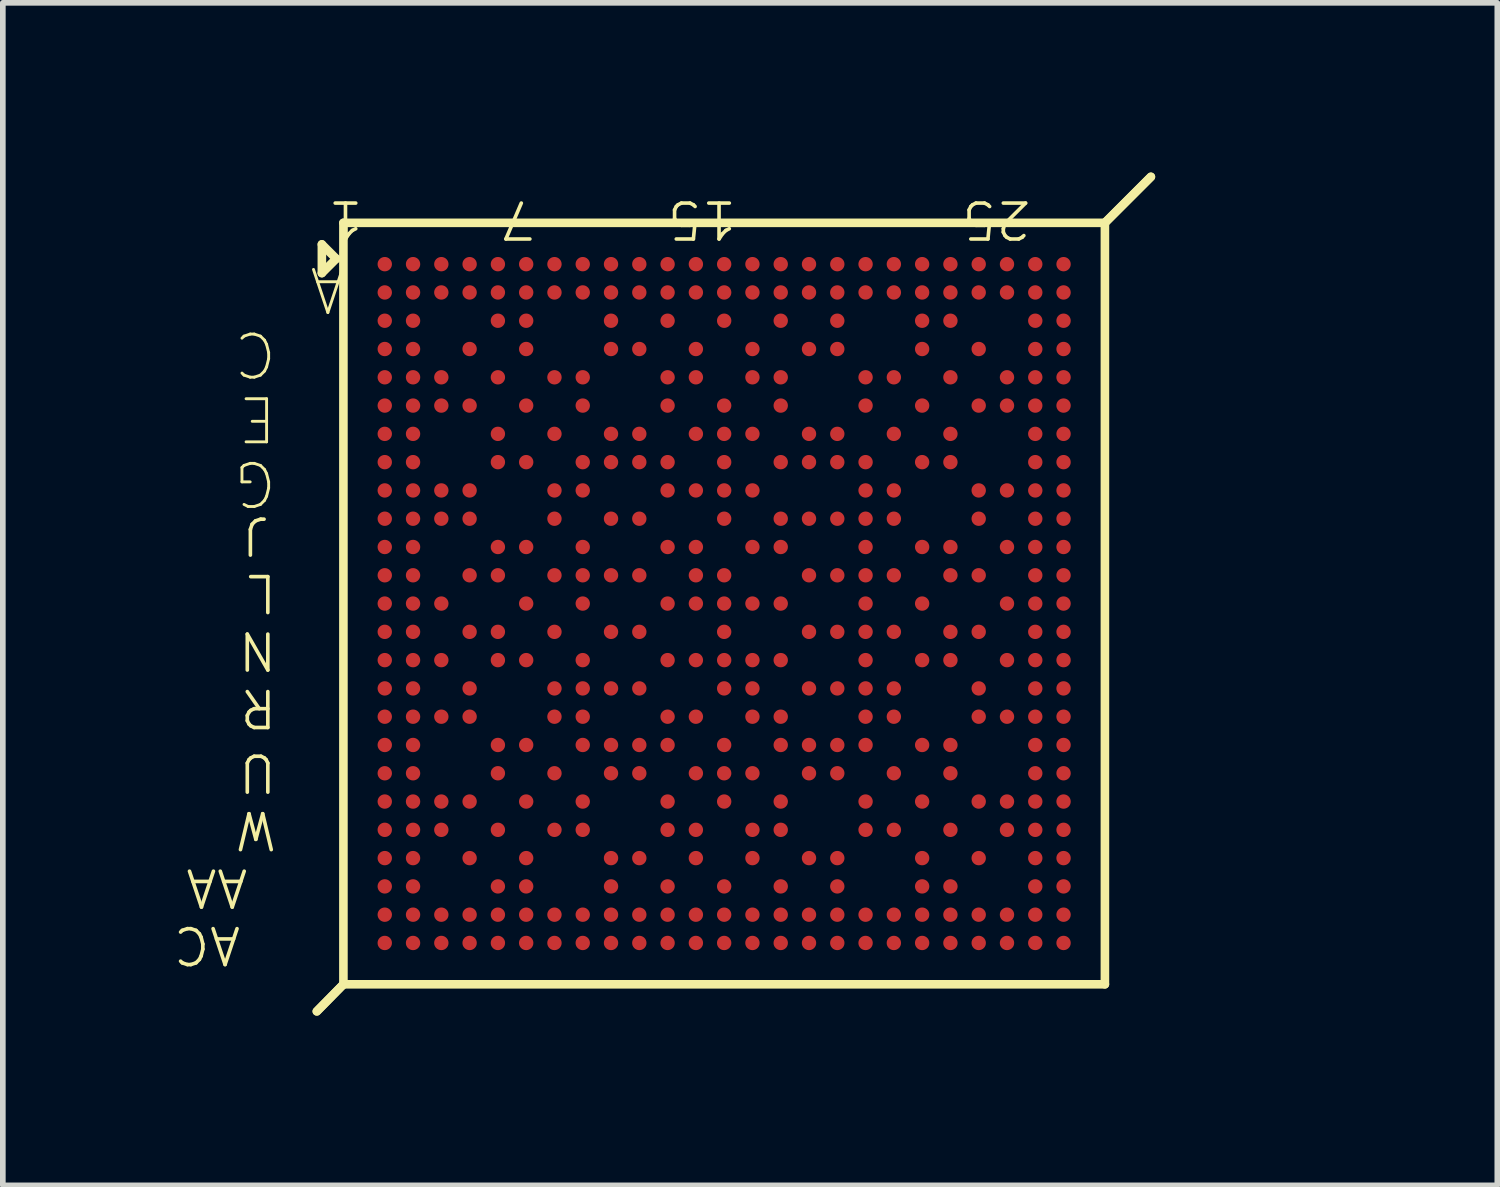
<source format=kicad_pcb>
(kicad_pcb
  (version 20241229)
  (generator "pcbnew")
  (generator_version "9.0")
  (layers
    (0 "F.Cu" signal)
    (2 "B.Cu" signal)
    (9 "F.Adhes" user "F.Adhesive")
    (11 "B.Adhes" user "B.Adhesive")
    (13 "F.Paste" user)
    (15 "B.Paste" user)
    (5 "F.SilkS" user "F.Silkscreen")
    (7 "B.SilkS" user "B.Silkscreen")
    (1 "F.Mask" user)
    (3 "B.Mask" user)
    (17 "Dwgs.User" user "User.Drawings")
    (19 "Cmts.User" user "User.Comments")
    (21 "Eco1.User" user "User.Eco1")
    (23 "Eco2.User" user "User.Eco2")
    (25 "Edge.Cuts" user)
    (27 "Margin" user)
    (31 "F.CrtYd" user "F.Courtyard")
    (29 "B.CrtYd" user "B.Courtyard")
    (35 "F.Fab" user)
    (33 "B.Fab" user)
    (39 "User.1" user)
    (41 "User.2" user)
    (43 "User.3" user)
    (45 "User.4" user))
  (footprint "BGA425_0D5_13X13MM"
    (layer "F.Cu")
    (at 9.752 7.62)
    (property "Reference" "BGA425_0D5_13X13MM" (at -0.455 -0.206 0) (unlocked yes) (layer "Eco1.User") (effects (font (size 0.33 0.33) (thickness 0.02)) (justify left bottom mirror)))
    (fp_line (start -7.112 -5.842) (end -7.112 -6.35) (stroke (width 0.152) (type solid)) (layer "F.SilkS"))
    (fp_line (start -6.858 -6.096) (end -7.112 -6.35) (stroke (width 0.152) (type solid)) (layer "F.SilkS"))
    (fp_line (start -6.858 -6.096) (end -7.112 -5.842) (stroke (width 0.152) (type solid)) (layer "F.SilkS"))
    (fp_line (start -6.731 6.731) (end -7.201 7.209) (stroke (width 0.152) (type solid)) (layer "F.SilkS"))
    (fp_line (start -6.731 6.731) (end -7.201 7.209) (stroke (width 0.152) (type solid)) (layer "F.SilkS"))
    (fp_line (start -6.731 6.731) (end -6.731 -6.731) (stroke (width 0.152) (type solid)) (layer "F.SilkS"))
    (fp_line (start 6.731 -6.731) (end -6.731 -6.731) (stroke (width 0.152) (type solid)) (layer "F.SilkS"))
    (fp_line (start 6.731 6.731) (end -6.731 6.731) (stroke (width 0.152) (type solid)) (layer "F.SilkS"))
    (fp_line (start 6.731 6.731) (end 6.731 -6.731) (stroke (width 0.152) (type solid)) (layer "F.SilkS"))
    (fp_line (start 7.544 -7.544) (end 6.731 -6.731) (stroke (width 0.152) (type solid)) (layer "F.SilkS"))
    (fp_line (start 7.544 -7.544) (end 6.731 -6.731) (stroke (width 0.152) (type solid)) (layer "F.SilkS"))
    (fp_line (start -6.858 -5.842) (end -6.858 -6.35) (stroke (width 0.152) (type solid)) (layer "Eco1.User"))
    (fp_line (start -6.604 -6.096) (end -6.858 -6.35) (stroke (width 0.152) (type solid)) (layer "Eco1.User"))
    (fp_line (start -6.604 -6.096) (end -6.858 -5.842) (stroke (width 0.152) (type solid)) (layer "Eco1.User"))
    (fp_line (start -6.477 6.477) (end -6.477 -6.477) (stroke (width 0.152) (type solid)) (layer "Eco1.User"))
    (fp_line (start 6.477 -6.477) (end -6.477 -6.477) (stroke (width 0.152) (type solid)) (layer "Eco1.User"))
    (fp_line (start 6.477 6.477) (end -6.477 6.477) (stroke (width 0.152) (type solid)) (layer "Eco1.User"))
    (fp_line (start 6.477 6.477) (end 6.477 -6.477) (stroke (width 0.152) (type solid)) (layer "Eco1.User"))
    (fp_poly (pts (xy -6.655 6.655) (xy -6.655 -6.655) (xy 6.655 -6.655) (xy 6.655 6.655)) (stroke (width 0.1) (type dash)) (fill no) (layer "User.6"))
    (fp_poly (pts (xy -6.477 6.477) (xy -6.477 -6.477) (xy 6.477 -6.477) (xy 6.477 6.477)) (stroke (width 0.1) (type default)) (fill no) (layer "User.8"))
    (fp_text user "J" (at -8.001 -1.573 180) (unlocked yes) (layer "F.SilkS") (effects (font (size 0.635 0.635) (thickness 0.064)) (justify left bottom)))
    (fp_text user "1" (at -6.35 -7.161 180) (unlocked yes) (layer "F.SilkS") (effects (font (size 0.635 0.635) (thickness 0.064)) (justify left bottom)))
    (fp_text user "25" (at 5.461 -7.161 180) (unlocked yes) (layer "F.SilkS") (effects (font (size 0.635 0.635) (thickness 0.064)) (justify left bottom)))
    (fp_text user "R" (at -7.874 1.475 180) (unlocked yes) (layer "F.SilkS") (effects (font (size 0.635 0.635) (thickness 0.064)) (justify left bottom)))
    (fp_text user "N" (at -7.874 0.459 180) (unlocked yes) (layer "F.SilkS") (effects (font (size 0.635 0.635) (thickness 0.064)) (justify left bottom)))
    (fp_text user "AA" (at -8.382 4.65 180) (unlocked yes) (layer "F.SilkS") (effects (font (size 0.635 0.635) (thickness 0.064)) (justify left bottom)))
    (fp_text user "15" (at 0.254 -7.161 180) (unlocked yes) (layer "F.SilkS") (effects (font (size 0.635 0.635) (thickness 0.064)) (justify left bottom)))
    (fp_text user "7" (at -3.302 -7.161 180) (unlocked yes) (layer "F.SilkS") (effects (font (size 0.635 0.635) (thickness 0.064)) (justify left bottom)))
    (fp_text user "U" (at -7.874 2.618 180) (unlocked yes) (layer "F.SilkS") (effects (font (size 0.635 0.635) (thickness 0.064)) (justify left bottom)))
    (fp_text user "W" (at -7.874 3.634 180) (unlocked yes) (layer "F.SilkS") (effects (font (size 0.635 0.635) (thickness 0.064)) (justify left bottom)))
    (fp_text user "E" (at -7.874 -3.717 180) (unlocked yes) (layer "F.SilkS") (effects (font (size 0.762 0.762) (thickness 0.051)) (justify left bottom)))
    (fp_text user "A" (at -7.366 -6.003 180) (unlocked yes) (layer "F.SilkS") (effects (font (size 0.762 0.762) (thickness 0.051)) (justify left bottom mirror)))
    (fp_text user "G" (at -7.874 -2.574 180) (unlocked yes) (layer "F.SilkS") (effects (font (size 0.762 0.762) (thickness 0.051)) (justify left bottom)))
    (fp_text user "C" (at -7.874 -4.86 180) (unlocked yes) (layer "F.SilkS") (effects (font (size 0.762 0.762) (thickness 0.051)) (justify left bottom)))
    (fp_text user "AC" (at -8.509 5.666 180) (unlocked yes) (layer "F.SilkS") (effects (font (size 0.635 0.635) (thickness 0.064)) (justify left bottom)))
    (fp_text user "L" (at -7.874 -0.557 180) (unlocked yes) (layer "F.SilkS") (effects (font (size 0.635 0.635) (thickness 0.064)) (justify left bottom)))
    (fp_text user "G21" (at 3.695 -2.969 180) (unlocked yes) (layer "Eco1.User") (effects (font (size 0.254 0.254) (thickness 0.02)) (justify left bottom mirror)))
    (fp_text user "N20" (at 3.195 0.031 180) (unlocked yes) (layer "Eco1.User") (effects (font (size 0.254 0.254) (thickness 0.02)) (justify left bottom mirror)))
    (fp_text user "M18" (at 2.195 -0.469 180) (unlocked yes) (layer "Eco1.User") (effects (font (size 0.254 0.254) (thickness 0.02)) (justify left bottom mirror)))
    (fp_text user "P21" (at 3.695 0.531 180) (unlocked yes) (layer "Eco1.User") (effects (font (size 0.254 0.254) (thickness 0.02)) (justify left bottom mirror)))
    (fp_text user "K22" (at 4.195 -1.469 180) (unlocked yes) (layer "Eco1.User") (effects (font (size 0.254 0.254) (thickness 0.02)) (justify left bottom mirror)))
    (fp_text user "AE7" (at -3.305 6.031 180) (unlocked yes) (layer "Eco1.User") (effects (font (size 0.254 0.254) (thickness 0.02)) (justify left bottom mirror)))
    (fp_text user "M12" (at -0.805 -0.469 180) (unlocked yes) (layer "Eco1.User") (effects (font (size 0.254 0.254) (thickness 0.02)) (justify left bottom mirror)))
    (fp_text user "U14" (at 0.195 2.031 180) (unlocked yes) (layer "Eco1.User") (effects (font (size 0.254 0.254) (thickness 0.02)) (justify left bottom mirror)))
    (fp_text user "J7" (at -3.203 -1.969 180) (unlocked yes) (layer "Eco1.User") (effects (font (size 0.254 0.254) (thickness 0.02)) (justify left bottom mirror)))
    (fp_text user "AD21" (at 3.594 5.531 180) (unlocked yes) (layer "Eco1.User") (effects (font (size 0.254 0.254) (thickness 0.02)) (justify left bottom mirror)))
    (fp_text user "J22" (at 4.195 -1.969 180) (unlocked yes) (layer "Eco1.User") (effects (font (size 0.254 0.254) (thickness 0.02)) (justify left bottom mirror)))
    (fp_text user "J19" (at 2.695 -1.969 180) (unlocked yes) (layer "Eco1.User") (effects (font (size 0.254 0.254) (thickness 0.02)) (justify left bottom mirror)))
    (fp_text user "AB2" (at -5.805 4.531 180) (unlocked yes) (layer "Eco1.User") (effects (font (size 0.254 0.254) (thickness 0.02)) (justify left bottom mirror)))
    (fp_text user "C17" (at 1.695 -4.969 180) (unlocked yes) (layer "Eco1.User") (effects (font (size 0.254 0.254) (thickness 0.02)) (justify left bottom mirror)))
    (fp_text user "AE23" (at 4.594 6.031 180) (unlocked yes) (layer "Eco1.User") (effects (font (size 0.254 0.254) (thickness 0.02)) (justify left bottom mirror)))
    (fp_text user "AM6232ASGGHAALW" (at -0.254 1.744 180) (unlocked yes) (layer "Eco1.User") (effects (font (size 0.762 0.762) (thickness 0.051)) (justify left bottom mirror)))
    (fp_text user "Y23" (at 4.695 3.531 180) (unlocked yes) (layer "Eco1.User") (effects (font (size 0.254 0.254) (thickness 0.02)) (justify left bottom mirror)))
    (fp_text user "B1" (at -6.203 -5.469 180) (unlocked yes) (layer "Eco1.User") (effects (font (size 0.254 0.254) (thickness 0.02)) (justify left bottom mirror)))
    (fp_text user "T1" (at -6.203 1.531 180) (unlocked yes) (layer "Eco1.User") (effects (font (size 0.254 0.254) (thickness 0.02)) (justify left bottom mirror)))
    (fp_text user "V9" (at -2.203 2.531 180) (unlocked yes) (layer "Eco1.User") (effects (font (size 0.254 0.254) (thickness 0.02)) (justify left bottom mirror)))
    (fp_text user "AC1" (at -6.305 5.031 180) (unlocked yes) (layer "Eco1.User") (effects (font (size 0.254 0.254) (thickness 0.02)) (justify left bottom mirror)))
    (fp_text user "T25" (at 5.695 1.531 180) (unlocked yes) (layer "Eco1.User") (effects (font (size 0.254 0.254) (thickness 0.02)) (justify left bottom mirror)))
    (fp_text user "AE5" (at -4.305 6.031 180) (unlocked yes) (layer "Eco1.User") (effects (font (size 0.254 0.254) (thickness 0.02)) (justify left bottom mirror)))
    (fp_text user "L11" (at -1.305 -0.969 180) (unlocked yes) (layer "Eco1.User") (effects (font (size 0.254 0.254) (thickness 0.02)) (justify left bottom mirror)))
    (fp_text user "W14" (at 0.195 3.031 180) (unlocked yes) (layer "Eco1.User") (effects (font (size 0.254 0.254) (thickness 0.02)) (justify left bottom mirror)))
    (fp_text user "AD25" (at 5.594 5.531 180) (unlocked yes) (layer "Eco1.User") (effects (font (size 0.254 0.254) (thickness 0.02)) (justify left bottom mirror)))
    (fp_text user "AC13" (at -0.406 5.031 180) (unlocked yes) (layer "Eco1.User") (effects (font (size 0.254 0.254) (thickness 0.02)) (justify left bottom mirror)))
    (fp_text user "B22" (at 4.195 -5.469 180) (unlocked yes) (layer "Eco1.User") (effects (font (size 0.254 0.254) (thickness 0.02)) (justify left bottom mirror)))
    (fp_text user "H25" (at 5.695 -2.469 180) (unlocked yes) (layer "Eco1.User") (effects (font (size 0.254 0.254) (thickness 0.02)) (justify left bottom mirror)))
    (fp_text user "W7" (at -3.203 3.031 180) (unlocked yes) (layer "Eco1.User") (effects (font (size 0.254 0.254) (thickness 0.02)) (justify left bottom mirror)))
    (fp_text user "L2" (at -5.703 -0.969 180) (unlocked yes) (layer "Eco1.User") (effects (font (size 0.254 0.254) (thickness 0.02)) (justify left bottom mirror)))
    (fp_text user "Y15" (at 0.695 3.531 180) (unlocked yes) (layer "Eco1.User") (effects (font (size 0.254 0.254) (thickness 0.02)) (justify left bottom mirror)))
    (fp_text user "H11" (at -1.305 -2.469 180) (unlocked yes) (layer "Eco1.User") (effects (font (size 0.254 0.254) (thickness 0.02)) (justify left bottom mirror)))
    (fp_text user "D6" (at -3.703 -4.469 180) (unlocked yes) (layer "Eco1.User") (effects (font (size 0.254 0.254) (thickness 0.02)) (justify left bottom mirror)))
    (fp_text user "P19" (at 2.695 0.531 180) (unlocked yes) (layer "Eco1.User") (effects (font (size 0.254 0.254) (thickness 0.02)) (justify left bottom mirror)))
    (fp_text user "V21" (at 3.695 2.531 180) (unlocked yes) (layer "Eco1.User") (effects (font (size 0.254 0.254) (thickness 0.02)) (justify left bottom mirror)))
    (fp_text user "J13" (at -0.305 -1.969 180) (unlocked yes) (layer "Eco1.User") (effects (font (size 0.254 0.254) (thickness 0.02)) (justify left bottom mirror)))
    (fp_text user "R12" (at -0.805 1.031 180) (unlocked yes) (layer "Eco1.User") (effects (font (size 0.254 0.254) (thickness 0.02)) (justify left bottom mirror)))
    (fp_text user "AD7" (at -3.305 5.531 180) (unlocked yes) (layer "Eco1.User") (effects (font (size 0.254 0.254) (thickness 0.02)) (justify left bottom mirror)))
    (fp_text user "P25" (at 5.695 0.531 180) (unlocked yes) (layer "Eco1.User") (effects (font (size 0.254 0.254) (thickness 0.02)) (justify left bottom mirror)))
    (fp_text user "U12" (at -0.805 2.031 180) (unlocked yes) (layer "Eco1.User") (effects (font (size 0.254 0.254) (thickness 0.02)) (justify left bottom mirror)))
    (fp_text user "AA24" (at 5.094 4.031 180) (unlocked yes) (layer "Eco1.User") (effects (font (size 0.254 0.254) (thickness 0.02)) (justify left bottom mirror)))
    (fp_text user "AA14" (at 0.093 4.031 180) (unlocked yes) (layer "Eco1.User") (effects (font (size 0.254 0.254) (thickness 0.02)) (justify left bottom mirror)))
    (fp_text user "R18" (at 2.195 1.031 180) (unlocked yes) (layer "Eco1.User") (effects (font (size 0.254 0.254) (thickness 0.02)) (justify left bottom mirror)))
    (fp_text user "F15" (at 0.695 -3.469 180) (unlocked yes) (layer "Eco1.User") (effects (font (size 0.254 0.254) (thickness 0.02)) (justify left bottom mirror)))
    (fp_text user "N25" (at 5.695 0.031 180) (unlocked yes) (layer "Eco1.User") (effects (font (size 0.254 0.254) (thickness 0.02)) (justify left bottom mirror)))
    (fp_text user "K24" (at 5.195 -1.469 180) (unlocked yes) (layer "Eco1.User") (effects (font (size 0.254 0.254) (thickness 0.02)) (justify left bottom mirror)))
    (fp_text user "AC24" (at 5.094 5.031 180) (unlocked yes) (layer "Eco1.User") (effects (font (size 0.254 0.254) (thickness 0.02)) (justify left bottom mirror)))
    (fp_text user "N11" (at -1.305 0.031 180) (unlocked yes) (layer "Eco1.User") (effects (font (size 0.254 0.254) (thickness 0.02)) (justify left bottom mirror)))
    (fp_text user "M10" (at -1.805 -0.469 180) (unlocked yes) (layer "Eco1.User") (effects (font (size 0.254 0.254) (thickness 0.02)) (justify left bottom mirror)))
    (fp_text user "AD22" (at 4.093 5.531 180) (unlocked yes) (layer "Eco1.User") (effects (font (size 0.254 0.254) (thickness 0.02)) (justify left bottom mirror)))
    (fp_text user "L12" (at -0.805 -0.969 180) (unlocked yes) (layer "Eco1.User") (effects (font (size 0.254 0.254) (thickness 0.02)) (justify left bottom mirror)))
    (fp_text user "J4" (at -4.703 -1.969 180) (unlocked yes) (layer "Eco1.User") (effects (font (size 0.254 0.254) (thickness 0.02)) (justify left bottom mirror)))
    (fp_text user "V6" (at -3.703 2.531 180) (unlocked yes) (layer "Eco1.User") (effects (font (size 0.254 0.254) (thickness 0.02)) (justify left bottom mirror)))
    (fp_text user "A11" (at -1.305 -5.969 180) (unlocked yes) (layer "Eco1.User") (effects (font (size 0.254 0.254) (thickness 0.02)) (justify left bottom mirror)))
    (fp_text user "AD1" (at -6.305 5.531 180) (unlocked yes) (layer "Eco1.User") (effects (font (size 0.254 0.254) (thickness 0.02)) (justify left bottom mirror)))
    (fp_text user "E3" (at -5.203 -3.969 180) (unlocked yes) (layer "Eco1.User") (effects (font (size 0.254 0.254) (thickness 0.02)) (justify left bottom mirror)))
    (fp_text user "U11" (at -1.305 2.031 180) (unlocked yes) (layer "Eco1.User") (effects (font (size 0.254 0.254) (thickness 0.02)) (justify left bottom mirror)))
    (fp_text user "K2" (at -5.703 -1.469 180) (unlocked yes) (layer "Eco1.User") (effects (font (size 0.254 0.254) (thickness 0.02)) (justify left bottom mirror)))
    (fp_text user "U23" (at 4.695 2.031 180) (unlocked yes) (layer "Eco1.User") (effects (font (size 0.254 0.254) (thickness 0.02)) (justify left bottom mirror)))
    (fp_text user "AE22" (at 4.093 6.031 180) (unlocked yes) (layer "Eco1.User") (effects (font (size 0.254 0.254) (thickness 0.02)) (justify left bottom mirror)))
    (fp_text user "AA23" (at 4.594 4.031 180) (unlocked yes) (layer "Eco1.User") (effects (font (size 0.254 0.254) (thickness 0.02)) (justify left bottom mirror)))
    (fp_text user "AD24" (at 5.094 5.531 180) (unlocked yes) (layer "Eco1.User") (effects (font (size 0.254 0.254) (thickness 0.02)) (justify left bottom mirror)))
    (fp_text user "P18" (at 2.195 0.531 180) (unlocked yes) (layer "Eco1.User") (effects (font (size 0.254 0.254) (thickness 0.02)) (justify left bottom mirror)))
    (fp_text user "B21" (at 3.695 -5.469 180) (unlocked yes) (layer "Eco1.User") (effects (font (size 0.254 0.254) (thickness 0.02)) (justify left bottom mirror)))
    (fp_text user "A5" (at -4.203 -5.969 180) (unlocked yes) (layer "Eco1.User") (effects (font (size 0.254 0.254) (thickness 0.02)) (justify left bottom mirror)))
    (fp_text user "D4" (at -4.703 -4.469 180) (unlocked yes) (layer "Eco1.User") (effects (font (size 0.254 0.254) (thickness 0.02)) (justify left bottom mirror)))
    (fp_text user "L18" (at 2.195 -0.969 180) (unlocked yes) (layer "Eco1.User") (effects (font (size 0.254 0.254) (thickness 0.02)) (justify left bottom mirror)))
    (fp_text user "AD5" (at -4.305 5.531 180) (unlocked yes) (layer "Eco1.User") (effects (font (size 0.254 0.254) (thickness 0.02)) (justify left bottom mirror)))
    (fp_text user "D17" (at 1.695 -4.469 180) (unlocked yes) (layer "Eco1.User") (effects (font (size 0.254 0.254) (thickness 0.02)) (justify left bottom mirror)))
    (fp_text user "AB6" (at -3.805 4.531 180) (unlocked yes) (layer "Eco1.User") (effects (font (size 0.254 0.254) (thickness 0.02)) (justify left bottom mirror)))
    (fp_text user "U3" (at -5.203 2.031 180) (unlocked yes) (layer "Eco1.User") (effects (font (size 0.254 0.254) (thickness 0.02)) (justify left bottom mirror)))
    (fp_text user "L20" (at 3.195 -0.969 180) (unlocked yes) (layer "Eco1.User") (effects (font (size 0.254 0.254) (thickness 0.02)) (justify left bottom mirror)))
    (fp_text user "AA3" (at -5.305 4.031 180) (unlocked yes) (layer "Eco1.User") (effects (font (size 0.254 0.254) (thickness 0.02)) (justify left bottom mirror)))
    (fp_text user "B23" (at 4.695 -5.469 180) (unlocked yes) (layer "Eco1.User") (effects (font (size 0.254 0.254) (thickness 0.02)) (justify left bottom mirror)))
    (fp_text user "U25" (at 5.695 2.031 180) (unlocked yes) (layer "Eco1.User") (effects (font (size 0.254 0.254) (thickness 0.02)) (justify left bottom mirror)))
    (fp_text user "R8" (at -2.703 1.031 180) (unlocked yes) (layer "Eco1.User") (effects (font (size 0.254 0.254) (thickness 0.02)) (justify left bottom mirror)))
    (fp_text user "M25" (at 5.695 -0.469 180) (unlocked yes) (layer "Eco1.User") (effects (font (size 0.254 0.254) (thickness 0.02)) (justify left bottom mirror)))
    (fp_text user "AD19" (at 2.594 5.531 180) (unlocked yes) (layer "Eco1.User") (effects (font (size 0.254 0.254) (thickness 0.02)) (justify left bottom mirror)))
    (fp_text user "AD20" (at 3.094 5.531 180) (unlocked yes) (layer "Eco1.User") (effects (font (size 0.254 0.254) (thickness 0.02)) (justify left bottom mirror)))
    (fp_text user "W5" (at -4.203 3.031 180) (unlocked yes) (layer "Eco1.User") (effects (font (size 0.254 0.254) (thickness 0.02)) (justify left bottom mirror)))
    (fp_text user "F2" (at -5.703 -3.469 180) (unlocked yes) (layer "Eco1.User") (effects (font (size 0.254 0.254) (thickness 0.02)) (justify left bottom mirror)))
    (fp_text user "P1" (at -6.203 0.531 180) (unlocked yes) (layer "Eco1.User") (effects (font (size 0.254 0.254) (thickness 0.02)) (justify left bottom mirror)))
    (fp_text user "AC20" (at 3.094 5.031 180) (unlocked yes) (layer "Eco1.User") (effects (font (size 0.254 0.254) (thickness 0.02)) (justify left bottom mirror)))
    (fp_text user "M4" (at -4.703 -0.469 180) (unlocked yes) (layer "Eco1.User") (effects (font (size 0.254 0.254) (thickness 0.02)) (justify left bottom mirror)))
    (fp_text user "C2" (at -5.703 -4.969 180) (unlocked yes) (layer "Eco1.User") (effects (font (size 0.254 0.254) (thickness 0.02)) (justify left bottom mirror)))
    (fp_text user "K1" (at -6.203 -1.469 180) (unlocked yes) (layer "Eco1.User") (effects (font (size 0.254 0.254) (thickness 0.02)) (justify left bottom mirror)))
    (fp_text user "Y2" (at -5.703 3.531 180) (unlocked yes) (layer "Eco1.User") (effects (font (size 0.254 0.254) (thickness 0.02)) (justify left bottom mirror)))
    (fp_text user "T10" (at -1.805 1.531 180) (unlocked yes) (layer "Eco1.User") (effects (font (size 0.254 0.254) (thickness 0.02)) (justify left bottom mirror)))
    (fp_text user "H16" (at 1.195 -2.469 180) (unlocked yes) (layer "Eco1.User") (effects (font (size 0.254 0.254) (thickness 0.02)) (justify left bottom mirror)))
    (fp_text user "B2" (at -5.703 -5.469 180) (unlocked yes) (layer "Eco1.User") (effects (font (size 0.254 0.254) (thickness 0.02)) (justify left bottom mirror)))
    (fp_text user "F18" (at 2.195 -3.469 180) (unlocked yes) (layer "Eco1.User") (effects (font (size 0.254 0.254) (thickness 0.02)) (justify left bottom mirror)))
    (fp_text user "M24" (at 5.195 -0.469 180) (unlocked yes) (layer "Eco1.User") (effects (font (size 0.254 0.254) (thickness 0.02)) (justify left bottom mirror)))
    (fp_text user "C25" (at 5.695 -4.969 180) (unlocked yes) (layer "Eco1.User") (effects (font (size 0.254 0.254) (thickness 0.02)) (justify left bottom mirror)))
    (fp_text user "D2" (at -5.703 -4.469 180) (unlocked yes) (layer "Eco1.User") (effects (font (size 0.254 0.254) (thickness 0.02)) (justify left bottom mirror)))
    (fp_text user "J2" (at -5.703 -1.969 180) (unlocked yes) (layer "Eco1.User") (effects (font (size 0.254 0.254) (thickness 0.02)) (justify left bottom mirror)))
    (fp_text user "Y25" (at 5.695 3.531 180) (unlocked yes) (layer "Eco1.User") (effects (font (size 0.254 0.254) (thickness 0.02)) (justify left bottom mirror)))
    (fp_text user "B12" (at -0.805 -5.469 180) (unlocked yes) (layer "Eco1.User") (effects (font (size 0.254 0.254) (thickness 0.02)) (justify left bottom mirror)))
    (fp_text user "N14" (at 0.195 0.031 180) (unlocked yes) (layer "Eco1.User") (effects (font (size 0.254 0.254) (thickness 0.02)) (justify left bottom mirror)))
    (fp_text user "F6" (at -3.703 -3.469 180) (unlocked yes) (layer "Eco1.User") (effects (font (size 0.254 0.254) (thickness 0.02)) (justify left bottom mirror)))
    (fp_text user "K18" (at 2.195 -1.469 180) (unlocked yes) (layer "Eco1.User") (effects (font (size 0.254 0.254) (thickness 0.02)) (justify left bottom mirror)))
    (fp_text user "C15" (at 0.695 -4.969 180) (unlocked yes) (layer "Eco1.User") (effects (font (size 0.254 0.254) (thickness 0.02)) (justify left bottom mirror)))
    (fp_text user "AA12" (at -0.906 4.031 180) (unlocked yes) (layer "Eco1.User") (effects (font (size 0.254 0.254) (thickness 0.02)) (justify left bottom mirror)))
    (fp_text user "Y1" (at -6.203 3.531 180) (unlocked yes) (layer "Eco1.User") (effects (font (size 0.254 0.254) (thickness 0.02)) (justify left bottom mirror)))
    (fp_text user "K13" (at -0.305 -1.469 180) (unlocked yes) (layer "Eco1.User") (effects (font (size 0.254 0.254) (thickness 0.02)) (justify left bottom mirror)))
    (fp_text user "Y24" (at 5.195 3.531 180) (unlocked yes) (layer "Eco1.User") (effects (font (size 0.254 0.254) (thickness 0.02)) (justify left bottom mirror)))
    (fp_text user "Y20" (at 3.195 3.531 180) (unlocked yes) (layer "Eco1.User") (effects (font (size 0.254 0.254) (thickness 0.02)) (justify left bottom mirror)))
    (fp_text user "P10" (at -1.805 0.531 180) (unlocked yes) (layer "Eco1.User") (effects (font (size 0.254 0.254) (thickness 0.02)) (justify left bottom mirror)))
    (fp_text user "C21" (at 3.695 -4.969 180) (unlocked yes) (layer "Eco1.User") (effects (font (size 0.254 0.254) (thickness 0.02)) (justify left bottom mirror)))
    (fp_text user "T4" (at -4.703 1.531 180) (unlocked yes) (layer "Eco1.User") (effects (font (size 0.254 0.254) (thickness 0.02)) (justify left bottom mirror)))
    (fp_text user "A17" (at 1.695 -5.969 180) (unlocked yes) (layer "Eco1.User") (effects (font (size 0.254 0.254) (thickness 0.02)) (justify left bottom mirror)))
    (fp_text user "L5" (at -4.203 -0.969 180) (unlocked yes) (layer "Eco1.User") (effects (font (size 0.254 0.254) (thickness 0.02)) (justify left bottom mirror)))
    (fp_text user "D9" (at -2.203 -4.469 180) (unlocked yes) (layer "Eco1.User") (effects (font (size 0.254 0.254) (thickness 0.02)) (justify left bottom mirror)))
    (fp_text user "A1" (at -6.203 -5.969 180) (unlocked yes) (layer "Eco1.User") (effects (font (size 0.254 0.254) (thickness 0.02)) (justify left bottom mirror)))
    (fp_text user "Y13" (at -0.305 3.531 180) (unlocked yes) (layer "Eco1.User") (effects (font (size 0.254 0.254) (thickness 0.02)) (justify left bottom mirror)))
    (fp_text user "Y6" (at -3.703 3.531 180) (unlocked yes) (layer "Eco1.User") (effects (font (size 0.254 0.254) (thickness 0.02)) (justify left bottom mirror)))
    (fp_text user "N18" (at 2.195 0.031 180) (unlocked yes) (layer "Eco1.User") (effects (font (size 0.254 0.254) (thickness 0.02)) (justify left bottom mirror)))
    (fp_text user "AB9" (at -2.305 4.531 180) (unlocked yes) (layer "Eco1.User") (effects (font (size 0.254 0.254) (thickness 0.02)) (justify left bottom mirror)))
    (fp_text user "A20" (at 3.195 -5.969 180) (unlocked yes) (layer "Eco1.User") (effects (font (size 0.254 0.254) (thickness 0.02)) (justify left bottom mirror)))
    (fp_text user "F11" (at -1.305 -3.469 180) (unlocked yes) (layer "Eco1.User") (effects (font (size 0.254 0.254) (thickness 0.02)) (justify left bottom mirror)))
    (fp_text user "C11" (at -1.305 -4.969 180) (unlocked yes) (layer "Eco1.User") (effects (font (size 0.254 0.254) (thickness 0.02)) (justify left bottom mirror)))
    (fp_text user "H15" (at 0.695 -2.469 180) (unlocked yes) (layer "Eco1.User") (effects (font (size 0.254 0.254) (thickness 0.02)) (justify left bottom mirror)))
    (fp_text user "E25" (at 5.695 -3.969 180) (unlocked yes) (layer "Eco1.User") (effects (font (size 0.254 0.254) (thickness 0.02)) (justify left bottom mirror)))
    (fp_text user "AE12" (at -0.906 6.031 180) (unlocked yes) (layer "Eco1.User") (effects (font (size 0.254 0.254) (thickness 0.02)) (justify left bottom mirror)))
    (fp_text user "Y11" (at -1.305 3.531 180) (unlocked yes) (layer "Eco1.User") (effects (font (size 0.254 0.254) (thickness 0.02)) (justify left bottom mirror)))
    (fp_text user "AB22" (at 4.093 4.531 180) (unlocked yes) (layer "Eco1.User") (effects (font (size 0.254 0.254) (thickness 0.02)) (justify left bottom mirror)))
    (fp_text user "U7" (at -3.203 2.031 180) (unlocked yes) (layer "Eco1.User") (effects (font (size 0.254 0.254) (thickness 0.02)) (justify left bottom mirror)))
    (fp_text user "W25" (at 5.695 3.031 180) (unlocked yes) (layer "Eco1.User") (effects (font (size 0.254 0.254) (thickness 0.02)) (justify left bottom mirror)))
    (fp_text user "B3" (at -5.203 -5.469 180) (unlocked yes) (layer "Eco1.User") (effects (font (size 0.254 0.254) (thickness 0.02)) (justify left bottom mirror)))
    (fp_text user "AC11" (at -1.406 5.031 180) (unlocked yes) (layer "Eco1.User") (effects (font (size 0.254 0.254) (thickness 0.02)) (justify left bottom mirror)))
    (fp_text user "AA25" (at 5.594 4.031 180) (unlocked yes) (layer "Eco1.User") (effects (font (size 0.254 0.254) (thickness 0.02)) (justify left bottom mirror)))
    (fp_text user "M8" (at -2.703 -0.469 180) (unlocked yes) (layer "Eco1.User") (effects (font (size 0.254 0.254) (thickness 0.02)) (justify left bottom mirror)))
    (fp_text user "K10" (at -1.805 -1.469 180) (unlocked yes) (layer "Eco1.User") (effects (font (size 0.254 0.254) (thickness 0.02)) (justify left bottom mirror)))
    (fp_text user "K19" (at 2.695 -1.469 180) (unlocked yes) (layer "Eco1.User") (effects (font (size 0.254 0.254) (thickness 0.02)) (justify left bottom mirror)))
    (fp_text user "V16" (at 1.195 2.531 180) (unlocked yes) (layer "Eco1.User") (effects (font (size 0.254 0.254) (thickness 0.02)) (justify left bottom mirror)))
    (fp_text user "H18" (at 2.195 -2.469 180) (unlocked yes) (layer "Eco1.User") (effects (font (size 0.254 0.254) (thickness 0.02)) (justify left bottom mirror)))
    (fp_text user "AD4" (at -4.805 5.531 180) (unlocked yes) (layer "Eco1.User") (effects (font (size 0.254 0.254) (thickness 0.02)) (justify left bottom mirror)))
    (fp_text user "AE25" (at 5.594 6.031 180) (unlocked yes) (layer "Eco1.User") (effects (font (size 0.254 0.254) (thickness 0.02)) (justify left bottom mirror)))
    (fp_text user "K9" (at -2.203 -1.469 180) (unlocked yes) (layer "Eco1.User") (effects (font (size 0.254 0.254) (thickness 0.02)) (justify left bottom mirror)))
    (fp_text user "B7" (at -3.203 -5.469 180) (unlocked yes) (layer "Eco1.User") (effects (font (size 0.254 0.254) (thickness 0.02)) (justify left bottom mirror)))
    (fp_text user "B8" (at -2.703 -5.469 180) (unlocked yes) (layer "Eco1.User") (effects (font (size 0.254 0.254) (thickness 0.02)) (justify left bottom mirror)))
    (fp_text user "T7" (at -3.203 1.531 180) (unlocked yes) (layer "Eco1.User") (effects (font (size 0.254 0.254) (thickness 0.02)) (justify left bottom mirror)))
    (fp_text user "T22" (at 4.195 1.531 180) (unlocked yes) (layer "Eco1.User") (effects (font (size 0.254 0.254) (thickness 0.02)) (justify left bottom mirror)))
    (fp_text user "AB17" (at 1.594 4.531 180) (unlocked yes) (layer "Eco1.User") (effects (font (size 0.254 0.254) (thickness 0.02)) (justify left bottom mirror)))
    (fp_text user "E18" (at 2.195 -3.969 180) (unlocked yes) (layer "Eco1.User") (effects (font (size 0.254 0.254) (thickness 0.02)) (justify left bottom mirror)))
    (fp_text user "AC25" (at 5.594 5.031 180) (unlocked yes) (layer "Eco1.User") (effects (font (size 0.254 0.254) (thickness 0.02)) (justify left bottom mirror)))
    (fp_text user "AE20" (at 3.094 6.031 180) (unlocked yes) (layer "Eco1.User") (effects (font (size 0.254 0.254) (thickness 0.02)) (justify left bottom mirror)))
    (fp_text user "A19" (at 2.695 -5.969 180) (unlocked yes) (layer "Eco1.User") (effects (font (size 0.254 0.254) (thickness 0.02)) (justify left bottom mirror)))
    (fp_text user "B9" (at -2.203 -5.469 180) (unlocked yes) (layer "Eco1.User") (effects (font (size 0.254 0.254) (thickness 0.02)) (justify left bottom mirror)))
    (fp_text user "H20" (at 3.195 -2.469 180) (unlocked yes) (layer "Eco1.User") (effects (font (size 0.254 0.254) (thickness 0.02)) (justify left bottom mirror)))
    (fp_text user "W21" (at 3.695 3.031 180) (unlocked yes) (layer "Eco1.User") (effects (font (size 0.254 0.254) (thickness 0.02)) (justify left bottom mirror)))
    (fp_text user "V1" (at -6.203 2.531 180) (unlocked yes) (layer "Eco1.User") (effects (font (size 0.254 0.254) (thickness 0.02)) (justify left bottom mirror)))
    (fp_text user "C13" (at -0.305 -4.969 180) (unlocked yes) (layer "Eco1.User") (effects (font (size 0.254 0.254) (thickness 0.02)) (justify left bottom mirror)))
    (fp_text user "T24" (at 5.195 1.531 180) (unlocked yes) (layer "Eco1.User") (effects (font (size 0.254 0.254) (thickness 0.02)) (justify left bottom mirror)))
    (fp_text user "L1" (at -6.203 -0.969 180) (unlocked yes) (layer "Eco1.User") (effects (font (size 0.254 0.254) (thickness 0.02)) (justify left bottom mirror)))
    (fp_text user "AE6" (at -3.805 6.031 180) (unlocked yes) (layer "Eco1.User") (effects (font (size 0.254 0.254) (thickness 0.02)) (justify left bottom mirror)))
    (fp_text user "M1" (at -6.203 -0.469 180) (unlocked yes) (layer "Eco1.User") (effects (font (size 0.254 0.254) (thickness 0.02)) (justify left bottom mirror)))
    (fp_text user "A7" (at -3.203 -5.969 180) (unlocked yes) (layer "Eco1.User") (effects (font (size 0.254 0.254) (thickness 0.02)) (justify left bottom mirror)))
    (fp_text user "N1" (at -6.203 0.031 180) (unlocked yes) (layer "Eco1.User") (effects (font (size 0.254 0.254) (thickness 0.02)) (justify left bottom mirror)))
    (fp_text user "R25" (at 5.695 1.031 180) (unlocked yes) (layer "Eco1.User") (effects (font (size 0.254 0.254) (thickness 0.02)) (justify left bottom mirror)))
    (fp_text user "AE8" (at -2.805 6.031 180) (unlocked yes) (layer "Eco1.User") (effects (font (size 0.254 0.254) (thickness 0.02)) (justify left bottom mirror)))
    (fp_text user "H21" (at 3.695 -2.469 180) (unlocked yes) (layer "Eco1.User") (effects (font (size 0.254 0.254) (thickness 0.02)) (justify left bottom mirror)))
    (fp_text user "D14" (at 0.195 -4.469 180) (unlocked yes) (layer "Eco1.User") (effects (font (size 0.254 0.254) (thickness 0.02)) (justify left bottom mirror)))
    (fp_text user "AA7" (at -3.305 4.031 180) (unlocked yes) (layer "Eco1.User") (effects (font (size 0.254 0.254) (thickness 0.02)) (justify left bottom mirror)))
    (fp_text user "B24" (at 5.195 -5.469 180) (unlocked yes) (layer "Eco1.User") (effects (font (size 0.254 0.254) (thickness 0.02)) (justify left bottom mirror)))
    (fp_text user "T16" (at 1.195 1.531 180) (unlocked yes) (layer "Eco1.User") (effects (font (size 0.254 0.254) (thickness 0.02)) (justify left bottom mirror)))
    (fp_text user "M16" (at 1.195 -0.469 180) (unlocked yes) (layer "Eco1.User") (effects (font (size 0.254 0.254) (thickness 0.02)) (justify left bottom mirror)))
    (fp_text user "M19" (at 2.695 -0.469 180) (unlocked yes) (layer "Eco1.User") (effects (font (size 0.254 0.254) (thickness 0.02)) (justify left bottom mirror)))
    (fp_text user "AD8" (at -2.805 5.531 180) (unlocked yes) (layer "Eco1.User") (effects (font (size 0.254 0.254) (thickness 0.02)) (justify left bottom mirror)))
    (fp_text user "U8" (at -2.703 2.031 180) (unlocked yes) (layer "Eco1.User") (effects (font (size 0.254 0.254) (thickness 0.02)) (justify left bottom mirror)))
    (fp_text user "L6" (at -3.703 -0.969 180) (unlocked yes) (layer "Eco1.User") (effects (font (size 0.254 0.254) (thickness 0.02)) (justify left bottom mirror)))
    (fp_text user "R15" (at 0.695 1.031 180) (unlocked yes) (layer "Eco1.User") (effects (font (size 0.254 0.254) (thickness 0.02)) (justify left bottom mirror)))
    (fp_text user "W1" (at -6.203 3.031 180) (unlocked yes) (layer "Eco1.User") (effects (font (size 0.254 0.254) (thickness 0.02)) (justify left bottom mirror)))
    (fp_text user "A18" (at 2.195 -5.969 180) (unlocked yes) (layer "Eco1.User") (effects (font (size 0.254 0.254) (thickness 0.02)) (justify left bottom mirror)))
    (fp_text user "B14" (at 0.195 -5.469 180) (unlocked yes) (layer "Eco1.User") (effects (font (size 0.254 0.254) (thickness 0.02)) (justify left bottom mirror)))
    (fp_text user "P17" (at 1.695 0.531 180) (unlocked yes) (layer "Eco1.User") (effects (font (size 0.254 0.254) (thickness 0.02)) (justify left bottom mirror)))
    (fp_text user "E8" (at -2.703 -3.969 180) (unlocked yes) (layer "Eco1.User") (effects (font (size 0.254 0.254) (thickness 0.02)) (justify left bottom mirror)))
    (fp_text user "R6" (at -3.703 1.031 180) (unlocked yes) (layer "Eco1.User") (effects (font (size 0.254 0.254) (thickness 0.02)) (justify left bottom mirror)))
    (fp_text user "AD16" (at 1.094 5.531 180) (unlocked yes) (layer "Eco1.User") (effects (font (size 0.254 0.254) (thickness 0.02)) (justify left bottom mirror)))
    (fp_text user "Y8" (at -2.703 3.531 180) (unlocked yes) (layer "Eco1.User") (effects (font (size 0.254 0.254) (thickness 0.02)) (justify left bottom mirror)))
    (fp_text user "N8" (at -2.703 0.031 180) (unlocked yes) (layer "Eco1.User") (effects (font (size 0.254 0.254) (thickness 0.02)) (justify left bottom mirror)))
    (fp_text user "R11" (at -1.305 1.031 180) (unlocked yes) (layer "Eco1.User") (effects (font (size 0.254 0.254) (thickness 0.02)) (justify left bottom mirror)))
    (fp_text user "W24" (at 5.195 3.031 180) (unlocked yes) (layer "Eco1.User") (effects (font (size 0.254 0.254) (thickness 0.02)) (justify left bottom mirror)))
    (fp_text user "AD9" (at -2.305 5.531 180) (unlocked yes) (layer "Eco1.User") (effects (font (size 0.254 0.254) (thickness 0.02)) (justify left bottom mirror)))
    (fp_text user "U22" (at 4.195 2.031 180) (unlocked yes) (layer "Eco1.User") (effects (font (size 0.254 0.254) (thickness 0.02)) (justify left bottom mirror)))
    (fp_text user "AE19" (at 2.594 6.031 180) (unlocked yes) (layer "Eco1.User") (effects (font (size 0.254 0.254) (thickness 0.02)) (justify left bottom mirror)))
    (fp_text user "D10" (at -1.805 -4.469 180) (unlocked yes) (layer "Eco1.User") (effects (font (size 0.254 0.254) (thickness 0.02)) (justify left bottom mirror)))
    (fp_text user "AC15" (at 0.594 5.031 180) (unlocked yes) (layer "Eco1.User") (effects (font (size 0.254 0.254) (thickness 0.02)) (justify left bottom mirror)))
    (fp_text user "AE1" (at -6.305 6.031 180) (unlocked yes) (layer "Eco1.User") (effects (font (size 0.254 0.254) (thickness 0.02)) (justify left bottom mirror)))
    (fp_text user "AE21" (at 3.594 6.031 180) (unlocked yes) (layer "Eco1.User") (effects (font (size 0.254 0.254) (thickness 0.02)) (justify left bottom mirror)))
    (fp_text user "D25" (at 5.695 -4.469 180) (unlocked yes) (layer "Eco1.User") (effects (font (size 0.254 0.254) (thickness 0.02)) (justify left bottom mirror)))
    (fp_text user "V11" (at -1.305 2.531 180) (unlocked yes) (layer "Eco1.User") (effects (font (size 0.254 0.254) (thickness 0.02)) (justify left bottom mirror)))
    (fp_text user "W17" (at 1.695 3.031 180) (unlocked yes) (layer "Eco1.User") (effects (font (size 0.254 0.254) (thickness 0.02)) (justify left bottom mirror)))
    (fp_text user "T9" (at -2.203 1.531 180) (unlocked yes) (layer "Eco1.User") (effects (font (size 0.254 0.254) (thickness 0.02)) (justify left bottom mirror)))
    (fp_text user "AA15" (at 0.594 4.031 180) (unlocked yes) (layer "Eco1.User") (effects (font (size 0.254 0.254) (thickness 0.02)) (justify left bottom mirror)))
    (fp_text user "B20" (at 3.195 -5.469 180) (unlocked yes) (layer "Eco1.User") (effects (font (size 0.254 0.254) (thickness 0.02)) (justify left bottom mirror)))
    (fp_text user "N15" (at 0.695 0.031 180) (unlocked yes) (layer "Eco1.User") (effects (font (size 0.254 0.254) (thickness 0.02)) (justify left bottom mirror)))
    (fp_text user "B5" (at -4.203 -5.469 180) (unlocked yes) (layer "Eco1.User") (effects (font (size 0.254 0.254) (thickness 0.02)) (justify left bottom mirror)))
    (fp_text user "J12" (at -0.805 -1.969 180) (unlocked yes) (layer "Eco1.User") (effects (font (size 0.254 0.254) (thickness 0.02)) (justify left bottom mirror)))
    (fp_text user "R13" (at -0.305 1.031 180) (unlocked yes) (layer "Eco1.User") (effects (font (size 0.254 0.254) (thickness 0.02)) (justify left bottom mirror)))
    (fp_text user "AA19" (at 2.594 4.031 180) (unlocked yes) (layer "Eco1.User") (effects (font (size 0.254 0.254) (thickness 0.02)) (justify left bottom mirror)))
    (fp_text user "B6" (at -3.703 -5.469 180) (unlocked yes) (layer "Eco1.User") (effects (font (size 0.254 0.254) (thickness 0.02)) (justify left bottom mirror)))
    (fp_text user "E23" (at 4.695 -3.969 180) (unlocked yes) (layer "Eco1.User") (effects (font (size 0.254 0.254) (thickness 0.02)) (justify left bottom mirror)))
    (fp_text user "A22" (at 4.195 -5.969 180) (unlocked yes) (layer "Eco1.User") (effects (font (size 0.254 0.254) (thickness 0.02)) (justify left bottom mirror)))
    (fp_text user "AA5" (at -4.305 4.031 180) (unlocked yes) (layer "Eco1.User") (effects (font (size 0.254 0.254) (thickness 0.02)) (justify left bottom mirror)))
    (fp_text user "R2" (at -5.703 1.031 180) (unlocked yes) (layer "Eco1.User") (effects (font (size 0.254 0.254) (thickness 0.02)) (justify left bottom mirror)))
    (fp_text user "G10" (at -1.805 -2.969 180) (unlocked yes) (layer "Eco1.User") (effects (font (size 0.254 0.254) (thickness 0.02)) (justify left bottom mirror)))
    (fp_text user "AD18" (at 2.093 5.531 180) (unlocked yes) (layer "Eco1.User") (effects (font (size 0.254 0.254) (thickness 0.02)) (justify left bottom mirror)))
    (fp_text user "U24" (at 5.195 2.031 180) (unlocked yes) (layer "Eco1.User") (effects (font (size 0.254 0.254) (thickness 0.02)) (justify left bottom mirror)))
    (fp_text user "G19" (at 2.695 -2.969 180) (unlocked yes) (layer "Eco1.User") (effects (font (size 0.254 0.254) (thickness 0.02)) (justify left bottom mirror)))
    (fp_text user "V25" (at 5.695 2.531 180) (unlocked yes) (layer "Eco1.User") (effects (font (size 0.254 0.254) (thickness 0.02)) (justify left bottom mirror)))
    (fp_text user "G2" (at -5.703 -2.969 180) (unlocked yes) (layer "Eco1.User") (effects (font (size 0.254 0.254) (thickness 0.02)) (justify left bottom mirror)))
    (fp_text user "H24" (at 5.195 -2.469 180) (unlocked yes) (layer "Eco1.User") (effects (font (size 0.254 0.254) (thickness 0.02)) (justify left bottom mirror)))
    (fp_text user "C5" (at -4.203 -4.969 180) (unlocked yes) (layer "Eco1.User") (effects (font (size 0.254 0.254) (thickness 0.02)) (justify left bottom mirror)))
    (fp_text user "AD6" (at -3.805 5.531 180) (unlocked yes) (layer "Eco1.User") (effects (font (size 0.254 0.254) (thickness 0.02)) (justify left bottom mirror)))
    (fp_text user "AD14" (at 0.093 5.531 180) (unlocked yes) (layer "Eco1.User") (effects (font (size 0.254 0.254) (thickness 0.02)) (justify left bottom mirror)))
    (fp_text user "R23" (at 4.695 1.031 180) (unlocked yes) (layer "Eco1.User") (effects (font (size 0.254 0.254) (thickness 0.02)) (justify left bottom mirror)))
    (fp_text user "AE18" (at 2.093 6.031 180) (unlocked yes) (layer "Eco1.User") (effects (font (size 0.254 0.254) (thickness 0.02)) (justify left bottom mirror)))
    (fp_text user "E15" (at 0.695 -3.969 180) (unlocked yes) (layer "Eco1.User") (effects (font (size 0.254 0.254) (thickness 0.02)) (justify left bottom mirror)))
    (fp_text user "P7" (at -3.203 0.531 180) (unlocked yes) (layer "Eco1.User") (effects (font (size 0.254 0.254) (thickness 0.02)) (justify left bottom mirror)))
    (fp_text user "A25" (at 5.695 -5.969 180) (unlocked yes) (layer "Eco1.User") (effects (font (size 0.254 0.254) (thickness 0.02)) (justify left bottom mirror)))
    (fp_text user "AA8" (at -2.805 4.031 180) (unlocked yes) (layer "Eco1.User") (effects (font (size 0.254 0.254) (thickness 0.02)) (justify left bottom mirror)))
    (fp_text user "B18" (at 2.195 -5.469 180) (unlocked yes) (layer "Eco1.User") (effects (font (size 0.254 0.254) (thickness 0.02)) (justify left bottom mirror)))
    (fp_text user "H1" (at -6.203 -2.469 180) (unlocked yes) (layer "Eco1.User") (effects (font (size 0.254 0.254) (thickness 0.02)) (justify left bottom mirror)))
    (fp_text user "AE15" (at 0.594 6.031 180) (unlocked yes) (layer "Eco1.User") (effects (font (size 0.254 0.254) (thickness 0.02)) (justify left bottom mirror)))
    (fp_text user "R1" (at -6.203 1.031 180) (unlocked yes) (layer "Eco1.User") (effects (font (size 0.254 0.254) (thickness 0.02)) (justify left bottom mirror)))
    (fp_text user "D1" (at -6.203 -4.469 180) (unlocked yes) (layer "Eco1.User") (effects (font (size 0.254 0.254) (thickness 0.02)) (justify left bottom mirror)))
    (fp_text user "E19" (at 2.695 -3.969 180) (unlocked yes) (layer "Eco1.User") (effects (font (size 0.254 0.254) (thickness 0.02)) (justify left bottom mirror)))
    (fp_text user "D20" (at 3.195 -4.469 180) (unlocked yes) (layer "Eco1.User") (effects (font (size 0.254 0.254) (thickness 0.02)) (justify left bottom mirror)))
    (fp_text user "Y18" (at 2.195 3.531 180) (unlocked yes) (layer "Eco1.User") (effects (font (size 0.254 0.254) (thickness 0.02)) (justify left bottom mirror)))
    (fp_text user "W16" (at 1.195 3.031 180) (unlocked yes) (layer "Eco1.User") (effects (font (size 0.254 0.254) (thickness 0.02)) (justify left bottom mirror)))
    (fp_text user "W9" (at -2.203 3.031 180) (unlocked yes) (layer "Eco1.User") (effects (font (size 0.254 0.254) (thickness 0.02)) (justify left bottom mirror)))
    (fp_text user "W13" (at -0.305 3.031 180) (unlocked yes) (layer "Eco1.User") (effects (font (size 0.254 0.254) (thickness 0.02)) (justify left bottom mirror)))
    (fp_text user "R3" (at -5.203 1.031 180) (unlocked yes) (layer "Eco1.User") (effects (font (size 0.254 0.254) (thickness 0.02)) (justify left bottom mirror)))
    (fp_text user "G1" (at -6.203 -2.969 180) (unlocked yes) (layer "Eco1.User") (effects (font (size 0.254 0.254) (thickness 0.02)) (justify left bottom mirror)))
    (fp_text user "AB24" (at 5.094 4.531 180) (unlocked yes) (layer "Eco1.User") (effects (font (size 0.254 0.254) (thickness 0.02)) (justify left bottom mirror)))
    (fp_text user "P9" (at -2.203 0.531 180) (unlocked yes) (layer "Eco1.User") (effects (font (size 0.254 0.254) (thickness 0.02)) (justify left bottom mirror)))
    (fp_text user "C6" (at -3.703 -4.969 180) (unlocked yes) (layer "Eco1.User") (effects (font (size 0.254 0.254) (thickness 0.02)) (justify left bottom mirror)))
    (fp_text user "U2" (at -5.703 2.031 180) (unlocked yes) (layer "Eco1.User") (effects (font (size 0.254 0.254) (thickness 0.02)) (justify left bottom mirror)))
    (fp_text user "N6" (at -3.703 0.031 180) (unlocked yes) (layer "Eco1.User") (effects (font (size 0.254 0.254) (thickness 0.02)) (justify left bottom mirror)))
    (fp_text user "M17" (at 1.695 -0.469 180) (unlocked yes) (layer "Eco1.User") (effects (font (size 0.254 0.254) (thickness 0.02)) (justify left bottom mirror)))
    (fp_text user "V18" (at 2.195 2.531 180) (unlocked yes) (layer "Eco1.User") (effects (font (size 0.254 0.254) (thickness 0.02)) (justify left bottom mirror)))
    (fp_text user "W12" (at -0.805 3.031 180) (unlocked yes) (layer "Eco1.User") (effects (font (size 0.254 0.254) (thickness 0.02)) (justify left bottom mirror)))
    (fp_text user "F4" (at -4.703 -3.469 180) (unlocked yes) (layer "Eco1.User") (effects (font (size 0.254 0.254) (thickness 0.02)) (justify left bottom mirror)))
    (fp_text user "C9" (at -2.203 -4.969 180) (unlocked yes) (layer "Eco1.User") (effects (font (size 0.254 0.254) (thickness 0.02)) (justify left bottom mirror)))
    (fp_text user "AE10" (at -1.907 6.031 180) (unlocked yes) (layer "Eco1.User") (effects (font (size 0.254 0.254) (thickness 0.02)) (justify left bottom mirror)))
    (fp_text user "G9" (at -2.203 -2.969 180) (unlocked yes) (layer "Eco1.User") (effects (font (size 0.254 0.254) (thickness 0.02)) (justify left bottom mirror)))
    (fp_text user "M9" (at -2.203 -0.469 180) (unlocked yes) (layer "Eco1.User") (effects (font (size 0.254 0.254) (thickness 0.02)) (justify left bottom mirror)))
    (fp_text user "AE9" (at -2.305 6.031 180) (unlocked yes) (layer "Eco1.User") (effects (font (size 0.254 0.254) (thickness 0.02)) (justify left bottom mirror)))
    (fp_text user "G7" (at -3.203 -2.969 180) (unlocked yes) (layer "Eco1.User") (effects (font (size 0.254 0.254) (thickness 0.02)) (justify left bottom mirror)))
    (fp_text user "A2" (at -5.703 -5.969 180) (unlocked yes) (layer "Eco1.User") (effects (font (size 0.254 0.254) (thickness 0.02)) (justify left bottom mirror)))
    (fp_text user "B4" (at -4.703 -5.469 180) (unlocked yes) (layer "Eco1.User") (effects (font (size 0.254 0.254) (thickness 0.02)) (justify left bottom mirror)))
    (fp_text user "F20" (at 3.195 -3.469 180) (unlocked yes) (layer "Eco1.User") (effects (font (size 0.254 0.254) (thickness 0.02)) (justify left bottom mirror)))
    (fp_text user "A10" (at -1.805 -5.969 180) (unlocked yes) (layer "Eco1.User") (effects (font (size 0.254 0.254) (thickness 0.02)) (justify left bottom mirror)))
    (fp_text user "U4" (at -4.703 2.031 180) (unlocked yes) (layer "Eco1.User") (effects (font (size 0.254 0.254) (thickness 0.02)) (justify left bottom mirror)))
    (fp_text user "G16" (at 1.195 -2.969 180) (unlocked yes) (layer "Eco1.User") (effects (font (size 0.254 0.254) (thickness 0.02)) (justify left bottom mirror)))
    (fp_text user "T17" (at 1.695 1.531 180) (unlocked yes) (layer "Eco1.User") (effects (font (size 0.254 0.254) (thickness 0.02)) (justify left bottom mirror)))
    (fp_text user "B13" (at -0.305 -5.469 180) (unlocked yes) (layer "Eco1.User") (effects (font (size 0.254 0.254) (thickness 0.02)) (justify left bottom mirror)))
    (fp_text user "P22" (at 4.195 0.531 180) (unlocked yes) (layer "Eco1.User") (effects (font (size 0.254 0.254) (thickness 0.02)) (justify left bottom mirror)))
    (fp_text user "M2" (at -5.703 -0.469 180) (unlocked yes) (layer "Eco1.User") (effects (font (size 0.254 0.254) (thickness 0.02)) (justify left bottom mirror)))
    (fp_text user "H9" (at -2.203 -2.469 180) (unlocked yes) (layer "Eco1.User") (effects (font (size 0.254 0.254) (thickness 0.02)) (justify left bottom mirror)))
    (fp_text user "U19" (at 2.695 2.031 180) (unlocked yes) (layer "Eco1.User") (effects (font (size 0.254 0.254) (thickness 0.02)) (justify left bottom mirror)))
    (fp_text user "G14" (at 0.195 -2.969 180) (unlocked yes) (layer "Eco1.User") (effects (font (size 0.254 0.254) (thickness 0.02)) (justify left bottom mirror)))
    (fp_text user "K16" (at 1.195 -1.469 180) (unlocked yes) (layer "Eco1.User") (effects (font (size 0.254 0.254) (thickness 0.02)) (justify left bottom mirror)))
    (fp_text user "AD15" (at 0.594 5.531 180) (unlocked yes) (layer "Eco1.User") (effects (font (size 0.254 0.254) (thickness 0.02)) (justify left bottom mirror)))
    (fp_text user "AA18" (at 2.093 4.031 180) (unlocked yes) (layer "Eco1.User") (effects (font (size 0.254 0.254) (thickness 0.02)) (justify left bottom mirror)))
    (fp_text user "N12" (at -0.805 0.031 180) (unlocked yes) (layer "Eco1.User") (effects (font (size 0.254 0.254) (thickness 0.02)) (justify left bottom mirror)))
    (fp_text user "N24" (at 5.195 0.031 180) (unlocked yes) (layer "Eco1.User") (effects (font (size 0.254 0.254) (thickness 0.02)) (justify left bottom mirror)))
    (fp_text user "P16" (at 1.195 0.531 180) (unlocked yes) (layer "Eco1.User") (effects (font (size 0.254 0.254) (thickness 0.02)) (justify left bottom mirror)))
    (fp_text user "F13" (at -0.305 -3.469 180) (unlocked yes) (layer "Eco1.User") (effects (font (size 0.254 0.254) (thickness 0.02)) (justify left bottom mirror)))
    (fp_text user "N3" (at -5.203 0.031 180) (unlocked yes) (layer "Eco1.User") (effects (font (size 0.254 0.254) (thickness 0.02)) (justify left bottom mirror)))
    (fp_text user "F22" (at 4.195 -3.469 180) (unlocked yes) (layer "Eco1.User") (effects (font (size 0.254 0.254) (thickness 0.02)) (justify left bottom mirror)))
    (fp_text user "E14" (at 0.195 -3.969 180) (unlocked yes) (layer "Eco1.User") (effects (font (size 0.254 0.254) (thickness 0.02)) (justify left bottom mirror)))
    (fp_text user "L15" (at 0.695 -0.969 180) (unlocked yes) (layer "Eco1.User") (effects (font (size 0.254 0.254) (thickness 0.02)) (justify left bottom mirror)))
    (fp_text user "V2" (at -5.703 2.531 180) (unlocked yes) (layer "Eco1.User") (effects (font (size 0.254 0.254) (thickness 0.02)) (justify left bottom mirror)))
    (fp_text user "AE4" (at -4.805 6.031 180) (unlocked yes) (layer "Eco1.User") (effects (font (size 0.254 0.254) (thickness 0.02)) (justify left bottom mirror)))
    (fp_text user "A21" (at 3.695 -5.969 180) (unlocked yes) (layer "Eco1.User") (effects (font (size 0.254 0.254) (thickness 0.02)) (justify left bottom mirror)))
    (fp_text user "A23" (at 4.695 -5.969 180) (unlocked yes) (layer "Eco1.User") (effects (font (size 0.254 0.254) (thickness 0.02)) (justify left bottom mirror)))
    (fp_text user "V5" (at -4.203 2.531 180) (unlocked yes) (layer "Eco1.User") (effects (font (size 0.254 0.254) (thickness 0.02)) (justify left bottom mirror)))
    (fp_text user "H2" (at -5.703 -2.469 180) (unlocked yes) (layer "Eco1.User") (effects (font (size 0.254 0.254) (thickness 0.02)) (justify left bottom mirror)))
    (fp_text user "P4" (at -4.703 0.531 180) (unlocked yes) (layer "Eco1.User") (effects (font (size 0.254 0.254) (thickness 0.02)) (justify left bottom mirror)))
    (fp_text user "AB4" (at -4.805 4.531 180) (unlocked yes) (layer "Eco1.User") (effects (font (size 0.254 0.254) (thickness 0.02)) (justify left bottom mirror)))
    (fp_text user "E5" (at -4.203 -3.969 180) (unlocked yes) (layer "Eco1.User") (effects (font (size 0.254 0.254) (thickness 0.02)) (justify left bottom mirror)))
    (fp_text user "J18" (at 2.195 -1.969 180) (unlocked yes) (layer "Eco1.User") (effects (font (size 0.254 0.254) (thickness 0.02)) (justify left bottom mirror)))
    (fp_text user "H5" (at -4.203 -2.469 180) (unlocked yes) (layer "Eco1.User") (effects (font (size 0.254 0.254) (thickness 0.02)) (justify left bottom mirror)))
    (fp_text user "AD23" (at 4.594 5.531 180) (unlocked yes) (layer "Eco1.User") (effects (font (size 0.254 0.254) (thickness 0.02)) (justify left bottom mirror)))
    (fp_text user "AE2" (at -5.805 6.031 180) (unlocked yes) (layer "Eco1.User") (effects (font (size 0.254 0.254) (thickness 0.02)) (justify left bottom mirror)))
    (fp_text user "AD17" (at 1.594 5.531 180) (unlocked yes) (layer "Eco1.User") (effects (font (size 0.254 0.254) (thickness 0.02)) (justify left bottom mirror)))
    (fp_text user "R24" (at 5.195 1.031 180) (unlocked yes) (layer "Eco1.User") (effects (font (size 0.254 0.254) (thickness 0.02)) (justify left bottom mirror)))
    (fp_text user "AE14" (at 0.093 6.031 180) (unlocked yes) (layer "Eco1.User") (effects (font (size 0.254 0.254) (thickness 0.02)) (justify left bottom mirror)))
    (fp_text user "A6" (at -3.703 -5.969 180) (unlocked yes) (layer "Eco1.User") (effects (font (size 0.254 0.254) (thickness 0.02)) (justify left bottom mirror)))
    (fp_text user "A16" (at 1.195 -5.969 180) (unlocked yes) (layer "Eco1.User") (effects (font (size 0.254 0.254) (thickness 0.02)) (justify left bottom mirror)))
    (fp_text user "K15" (at 0.695 -1.469 180) (unlocked yes) (layer "Eco1.User") (effects (font (size 0.254 0.254) (thickness 0.02)) (justify left bottom mirror)))
    (fp_text user "AE16" (at 1.094 6.031 180) (unlocked yes) (layer "Eco1.User") (effects (font (size 0.254 0.254) (thickness 0.02)) (justify left bottom mirror)))
    (fp_text user "E12" (at -0.805 -3.969 180) (unlocked yes) (layer "Eco1.User") (effects (font (size 0.254 0.254) (thickness 0.02)) (justify left bottom mirror)))
    (fp_text user "L23" (at 4.695 -0.969 180) (unlocked yes) (layer "Eco1.User") (effects (font (size 0.254 0.254) (thickness 0.02)) (justify left bottom mirror)))
    (fp_text user "F3" (at -5.203 -3.469 180) (unlocked yes) (layer "Eco1.User") (effects (font (size 0.254 0.254) (thickness 0.02)) (justify left bottom mirror)))
    (fp_text user "H13" (at -0.305 -2.469 180) (unlocked yes) (layer "Eco1.User") (effects (font (size 0.254 0.254) (thickness 0.02)) (justify left bottom mirror)))
    (fp_text user "AE13" (at -0.406 6.031 180) (unlocked yes) (layer "Eco1.User") (effects (font (size 0.254 0.254) (thickness 0.02)) (justify left bottom mirror)))
    (fp_text user "J24" (at 5.195 -1.969 180) (unlocked yes) (layer "Eco1.User") (effects (font (size 0.254 0.254) (thickness 0.02)) (justify left bottom mirror)))
    (fp_text user "K17" (at 1.695 -1.469 180) (unlocked yes) (layer "Eco1.User") (effects (font (size 0.254 0.254) (thickness 0.02)) (justify left bottom mirror)))
    (fp_text user "K7" (at -3.203 -1.469 180) (unlocked yes) (layer "Eco1.User") (effects (font (size 0.254 0.254) (thickness 0.02)) (justify left bottom mirror)))
    (fp_text user "C24" (at 5.195 -4.969 180) (unlocked yes) (layer "Eco1.User") (effects (font (size 0.254 0.254) (thickness 0.02)) (justify left bottom mirror)))
    (fp_text user "M7" (at -3.203 -0.469 180) (unlocked yes) (layer "Eco1.User") (effects (font (size 0.254 0.254) (thickness 0.02)) (justify left bottom mirror)))
    (fp_text user "R14" (at 0.195 1.031 180) (unlocked yes) (layer "Eco1.User") (effects (font (size 0.254 0.254) (thickness 0.02)) (justify left bottom mirror)))
    (fp_text user "G25" (at 5.695 -2.969 180) (unlocked yes) (layer "Eco1.User") (effects (font (size 0.254 0.254) (thickness 0.02)) (justify left bottom mirror)))
    (fp_text user "AB14" (at 0.093 4.531 180) (unlocked yes) (layer "Eco1.User") (effects (font (size 0.254 0.254) (thickness 0.02)) (justify left bottom mirror)))
    (fp_text user "L14" (at 0.195 -0.969 180) (unlocked yes) (layer "Eco1.User") (effects (font (size 0.254 0.254) (thickness 0.02)) (justify left bottom mirror)))
    (fp_text user "J14" (at 0.195 -1.969 180) (unlocked yes) (layer "Eco1.User") (effects (font (size 0.254 0.254) (thickness 0.02)) (justify left bottom mirror)))
    (fp_text user "V10" (at -1.805 2.531 180) (unlocked yes) (layer "Eco1.User") (effects (font (size 0.254 0.254) (thickness 0.02)) (justify left bottom mirror)))
    (fp_text user "U18" (at 2.195 2.031 180) (unlocked yes) (layer "Eco1.User") (effects (font (size 0.254 0.254) (thickness 0.02)) (justify left bottom mirror)))
    (fp_text user "G12" (at -0.805 -2.969 180) (unlocked yes) (layer "Eco1.User") (effects (font (size 0.254 0.254) (thickness 0.02)) (justify left bottom mirror)))
    (fp_text user "AA2" (at -5.805 4.031 180) (unlocked yes) (layer "Eco1.User") (effects (font (size 0.254 0.254) (thickness 0.02)) (justify left bottom mirror)))
    (fp_text user "AD11" (at -1.406 5.531 180) (unlocked yes) (layer "Eco1.User") (effects (font (size 0.254 0.254) (thickness 0.02)) (justify left bottom mirror)))
    (fp_text user "B17" (at 1.695 -5.469 180) (unlocked yes) (layer "Eco1.User") (effects (font (size 0.254 0.254) (thickness 0.02)) (justify left bottom mirror)))
    (fp_text user "V15" (at 0.695 2.531 180) (unlocked yes) (layer "Eco1.User") (effects (font (size 0.254 0.254) (thickness 0.02)) (justify left bottom mirror)))
    (fp_text user "AA1" (at -6.305 4.031 180) (unlocked yes) (layer "Eco1.User") (effects (font (size 0.254 0.254) (thickness 0.02)) (justify left bottom mirror)))
    (fp_text user "B10" (at -1.805 -5.469 180) (unlocked yes) (layer "Eco1.User") (effects (font (size 0.254 0.254) (thickness 0.02)) (justify left bottom mirror)))
    (fp_text user "F23" (at 4.695 -3.469 180) (unlocked yes) (layer "Eco1.User") (effects (font (size 0.254 0.254) (thickness 0.02)) (justify left bottom mirror)))
    (fp_text user "T2" (at -5.703 1.531 180) (unlocked yes) (layer "Eco1.User") (effects (font (size 0.254 0.254) (thickness 0.02)) (justify left bottom mirror)))
    (fp_text user "V20" (at 3.195 2.531 180) (unlocked yes) (layer "Eco1.User") (effects (font (size 0.254 0.254) (thickness 0.02)) (justify left bottom mirror)))
    (fp_text user "C1" (at -6.203 -4.969 180) (unlocked yes) (layer "Eco1.User") (effects (font (size 0.254 0.254) (thickness 0.02)) (justify left bottom mirror)))
    (fp_text user "H6" (at -3.703 -2.469 180) (unlocked yes) (layer "Eco1.User") (effects (font (size 0.254 0.254) (thickness 0.02)) (justify left bottom mirror)))
    (fp_text user "AB12" (at -0.906 4.531 180) (unlocked yes) (layer "Eco1.User") (effects (font (size 0.254 0.254) (thickness 0.02)) (justify left bottom mirror)))
    (fp_text user "G13" (at -0.305 -2.969 180) (unlocked yes) (layer "Eco1.User") (effects (font (size 0.254 0.254) (thickness 0.02)) (justify left bottom mirror)))
    (fp_text user "F24" (at 5.195 -3.469 180) (unlocked yes) (layer "Eco1.User") (effects (font (size 0.254 0.254) (thickness 0.02)) (justify left bottom mirror)))
    (fp_text user "A4" (at -4.703 -5.969 180) (unlocked yes) (layer "Eco1.User") (effects (font (size 0.254 0.254) (thickness 0.02)) (justify left bottom mirror)))
    (fp_text user "D22" (at 4.195 -4.469 180) (unlocked yes) (layer "Eco1.User") (effects (font (size 0.254 0.254) (thickness 0.02)) (justify left bottom mirror)))
    (fp_text user "E1" (at -6.203 -3.969 180) (unlocked yes) (layer "Eco1.User") (effects (font (size 0.254 0.254) (thickness 0.02)) (justify left bottom mirror)))
    (fp_text user "E11" (at -1.305 -3.969 180) (unlocked yes) (layer "Eco1.User") (effects (font (size 0.254 0.254) (thickness 0.02)) (justify left bottom mirror)))
    (fp_text user "P24" (at 5.195 0.531 180) (unlocked yes) (layer "Eco1.User") (effects (font (size 0.254 0.254) (thickness 0.02)) (justify left bottom mirror)))
    (fp_text user "R20" (at 3.195 1.031 180) (unlocked yes) (layer "Eco1.User") (effects (font (size 0.254 0.254) (thickness 0.02)) (justify left bottom mirror)))
    (fp_text user "B11" (at -1.305 -5.469 180) (unlocked yes) (layer "Eco1.User") (effects (font (size 0.254 0.254) (thickness 0.02)) (justify left bottom mirror)))
    (fp_text user "H17" (at 1.695 -2.469 180) (unlocked yes) (layer "Eco1.User") (effects (font (size 0.254 0.254) (thickness 0.02)) (justify left bottom mirror)))
    (fp_text user "AA11" (at -1.406 4.031 180) (unlocked yes) (layer "Eco1.User") (effects (font (size 0.254 0.254) (thickness 0.02)) (justify left bottom mirror)))
    (fp_text user "J11" (at -1.305 -1.969 180) (unlocked yes) (layer "Eco1.User") (effects (font (size 0.254 0.254) (thickness 0.02)) (justify left bottom mirror)))
    (fp_text user "N2" (at -5.703 0.031 180) (unlocked yes) (layer "Eco1.User") (effects (font (size 0.254 0.254) (thickness 0.02)) (justify left bottom mirror)))
    (fp_text user "K3" (at -5.203 -1.469 180) (unlocked yes) (layer "Eco1.User") (effects (font (size 0.254 0.254) (thickness 0.02)) (justify left bottom mirror)))
    (fp_text user "AC6" (at -3.805 5.031 180) (unlocked yes) (layer "Eco1.User") (effects (font (size 0.254 0.254) (thickness 0.02)) (justify left bottom mirror)))
    (fp_text user "R21" (at 3.695 1.031 180) (unlocked yes) (layer "Eco1.User") (effects (font (size 0.254 0.254) (thickness 0.02)) (justify left bottom mirror)))
    (fp_text user "K25" (at 5.695 -1.469 180) (unlocked yes) (layer "Eco1.User") (effects (font (size 0.254 0.254) (thickness 0.02)) (justify left bottom mirror)))
    (fp_text user "AC5" (at -4.305 5.031 180) (unlocked yes) (layer "Eco1.User") (effects (font (size 0.254 0.254) (thickness 0.02)) (justify left bottom mirror)))
    (fp_text user "E2" (at -5.703 -3.969 180) (unlocked yes) (layer "Eco1.User") (effects (font (size 0.254 0.254) (thickness 0.02)) (justify left bottom mirror)))
    (fp_text user "A9" (at -2.203 -5.969 180) (unlocked yes) (layer "Eco1.User") (effects (font (size 0.254 0.254) (thickness 0.02)) (justify left bottom mirror)))
    (fp_text user "A12" (at -0.805 -5.969 180) (unlocked yes) (layer "Eco1.User") (effects (font (size 0.254 0.254) (thickness 0.02)) (justify left bottom mirror)))
    (fp_text user "Y3" (at -5.203 3.531 180) (unlocked yes) (layer "Eco1.User") (effects (font (size 0.254 0.254) (thickness 0.02)) (justify left bottom mirror)))
    (fp_text user "AE17" (at 1.594 6.031 180) (unlocked yes) (layer "Eco1.User") (effects (font (size 0.254 0.254) (thickness 0.02)) (justify left bottom mirror)))
    (fp_text user "T14" (at 0.195 1.531 180) (unlocked yes) (layer "Eco1.User") (effects (font (size 0.254 0.254) (thickness 0.02)) (justify left bottom mirror)))
    (fp_text user "AB25" (at 5.594 4.531 180) (unlocked yes) (layer "Eco1.User") (effects (font (size 0.254 0.254) (thickness 0.02)) (justify left bottom mirror)))
    (fp_text user "AC17" (at 1.594 5.031 180) (unlocked yes) (layer "Eco1.User") (effects (font (size 0.254 0.254) (thickness 0.02)) (justify left bottom mirror)))
    (fp_text user "U15" (at 0.695 2.031 180) (unlocked yes) (layer "Eco1.User") (effects (font (size 0.254 0.254) (thickness 0.02)) (justify left bottom mirror)))
    (fp_text user "T13" (at -0.305 1.531 180) (unlocked yes) (layer "Eco1.User") (effects (font (size 0.254 0.254) (thickness 0.02)) (justify left bottom mirror)))
    (fp_text user "B25" (at 5.695 -5.469 180) (unlocked yes) (layer "Eco1.User") (effects (font (size 0.254 0.254) (thickness 0.02)) (justify left bottom mirror)))
    (fp_text user "B19" (at 2.695 -5.469 180) (unlocked yes) (layer "Eco1.User") (effects (font (size 0.254 0.254) (thickness 0.02)) (justify left bottom mirror)))
    (fp_text user "D16" (at 1.195 -4.469 180) (unlocked yes) (layer "Eco1.User") (effects (font (size 0.254 0.254) (thickness 0.02)) (justify left bottom mirror)))
    (fp_text user "V24" (at 5.195 2.531 180) (unlocked yes) (layer "Eco1.User") (effects (font (size 0.254 0.254) (thickness 0.02)) (justify left bottom mirror)))
    (fp_text user "E7" (at -3.203 -3.969 180) (unlocked yes) (layer "Eco1.User") (effects (font (size 0.254 0.254) (thickness 0.02)) (justify left bottom mirror)))
    (fp_text user "P2" (at -5.703 0.531 180) (unlocked yes) (layer "Eco1.User") (effects (font (size 0.254 0.254) (thickness 0.02)) (justify left bottom mirror)))
    (fp_text user "L24" (at 5.195 -0.969 180) (unlocked yes) (layer "Eco1.User") (effects (font (size 0.254 0.254) (thickness 0.02)) (justify left bottom mirror)))
    (fp_text user "H10" (at -1.805 -2.469 180) (unlocked yes) (layer "Eco1.User") (effects (font (size 0.254 0.254) (thickness 0.02)) (justify left bottom mirror)))
    (fp_text user "F8" (at -2.703 -3.469 180) (unlocked yes) (layer "Eco1.User") (effects (font (size 0.254 0.254) (thickness 0.02)) (justify left bottom mirror)))
    (fp_text user "P13" (at -0.305 0.531 180) (unlocked yes) (layer "Eco1.User") (effects (font (size 0.254 0.254) (thickness 0.02)) (justify left bottom mirror)))
    (fp_text user "T19" (at 2.695 1.531 180) (unlocked yes) (layer "Eco1.User") (effects (font (size 0.254 0.254) (thickness 0.02)) (justify left bottom mirror)))
    (fp_text user "B15" (at 0.695 -5.469 180) (unlocked yes) (layer "Eco1.User") (effects (font (size 0.254 0.254) (thickness 0.02)) (justify left bottom mirror)))
    (fp_text user "AC9" (at -2.305 5.031 180) (unlocked yes) (layer "Eco1.User") (effects (font (size 0.254 0.254) (thickness 0.02)) (justify left bottom mirror)))
    (fp_text user "AC2" (at -5.805 5.031 180) (unlocked yes) (layer "Eco1.User") (effects (font (size 0.254 0.254) (thickness 0.02)) (justify left bottom mirror)))
    (fp_text user "AB1" (at -6.305 4.531 180) (unlocked yes) (layer "Eco1.User") (effects (font (size 0.254 0.254) (thickness 0.02)) (justify left bottom mirror)))
    (fp_text user "T8" (at -2.703 1.531 180) (unlocked yes) (layer "Eco1.User") (effects (font (size 0.254 0.254) (thickness 0.02)) (justify left bottom mirror)))
    (fp_text user "Y4" (at -4.703 3.531 180) (unlocked yes) (layer "Eco1.User") (effects (font (size 0.254 0.254) (thickness 0.02)) (justify left bottom mirror)))
    (fp_text user "M5" (at -4.203 -0.469 180) (unlocked yes) (layer "Eco1.User") (effects (font (size 0.254 0.254) (thickness 0.02)) (justify left bottom mirror)))
    (fp_text user "AE24" (at 5.094 6.031 180) (unlocked yes) (layer "Eco1.User") (effects (font (size 0.254 0.254) (thickness 0.02)) (justify left bottom mirror)))
    (fp_text user "A13" (at -0.305 -5.969 180) (unlocked yes) (layer "Eco1.User") (effects (font (size 0.254 0.254) (thickness 0.02)) (justify left bottom mirror)))
    (fp_text user "A3" (at -5.203 -5.969 180) (unlocked yes) (layer "Eco1.User") (effects (font (size 0.254 0.254) (thickness 0.02)) (justify left bottom mirror)))
    (fp_text user "L8" (at -2.703 -0.969 180) (unlocked yes) (layer "Eco1.User") (effects (font (size 0.254 0.254) (thickness 0.02)) (justify left bottom mirror)))
    (fp_text user "AD2" (at -5.805 5.531 180) (unlocked yes) (layer "Eco1.User") (effects (font (size 0.254 0.254) (thickness 0.02)) (justify left bottom mirror)))
    (fp_text user "F1" (at -6.203 -3.469 180) (unlocked yes) (layer "Eco1.User") (effects (font (size 0.254 0.254) (thickness 0.02)) (justify left bottom mirror)))
    (fp_text user "T18" (at 2.195 1.531 180) (unlocked yes) (layer "Eco1.User") (effects (font (size 0.254 0.254) (thickness 0.02)) (justify left bottom mirror)))
    (fp_text user "M22" (at 4.195 -0.469 180) (unlocked yes) (layer "Eco1.User") (effects (font (size 0.254 0.254) (thickness 0.02)) (justify left bottom mirror)))
    (fp_text user "AD12" (at -0.906 5.531 180) (unlocked yes) (layer "Eco1.User") (effects (font (size 0.254 0.254) (thickness 0.02)) (justify left bottom mirror)))
    (fp_text user "E24" (at 5.195 -3.969 180) (unlocked yes) (layer "Eco1.User") (effects (font (size 0.254 0.254) (thickness 0.02)) (justify left bottom mirror)))
    (fp_text user "E21" (at 3.695 -3.969 180) (unlocked yes) (layer "Eco1.User") (effects (font (size 0.254 0.254) (thickness 0.02)) (justify left bottom mirror)))
    (fp_text user "AB20" (at 3.094 4.531 180) (unlocked yes) (layer "Eco1.User") (effects (font (size 0.254 0.254) (thickness 0.02)) (justify left bottom mirror)))
    (fp_text user "A14" (at 0.195 -5.969 180) (unlocked yes) (layer "Eco1.User") (effects (font (size 0.254 0.254) (thickness 0.02)) (justify left bottom mirror)))
    (fp_text user "V8" (at -2.703 2.531 180) (unlocked yes) (layer "Eco1.User") (effects (font (size 0.254 0.254) (thickness 0.02)) (justify left bottom mirror)))
    (fp_text user "G5" (at -4.203 -2.969 180) (unlocked yes) (layer "Eco1.User") (effects (font (size 0.254 0.254) (thickness 0.02)) (justify left bottom mirror)))
    (fp_text user "P5" (at -4.203 0.531 180) (unlocked yes) (layer "Eco1.User") (effects (font (size 0.254 0.254) (thickness 0.02)) (justify left bottom mirror)))
    (fp_text user "W10" (at -1.805 3.031 180) (unlocked yes) (layer "Eco1.User") (effects (font (size 0.254 0.254) (thickness 0.02)) (justify left bottom mirror)))
    (fp_text user "AB16" (at 1.094 4.531 180) (unlocked yes) (layer "Eco1.User") (effects (font (size 0.254 0.254) (thickness 0.02)) (justify left bottom mirror)))
    (fp_text user "R5" (at -4.203 1.031 180) (unlocked yes) (layer "Eco1.User") (effects (font (size 0.254 0.254) (thickness 0.02)) (justify left bottom mirror)))
    (fp_text user "J8" (at -2.703 -1.969 180) (unlocked yes) (layer "Eco1.User") (effects (font (size 0.254 0.254) (thickness 0.02)) (justify left bottom mirror)))
    (fp_text user "AA21" (at 3.594 4.031 180) (unlocked yes) (layer "Eco1.User") (effects (font (size 0.254 0.254) (thickness 0.02)) (justify left bottom mirror)))
    (fp_text user "AD3" (at -5.305 5.531 180) (unlocked yes) (layer "Eco1.User") (effects (font (size 0.254 0.254) (thickness 0.02)) (justify left bottom mirror)))
    (fp_text user "AB10" (at -1.907 4.531 180) (unlocked yes) (layer "Eco1.User") (effects (font (size 0.254 0.254) (thickness 0.02)) (justify left bottom mirror)))
    (fp_text user "W19" (at 2.695 3.031 180) (unlocked yes) (layer "Eco1.User") (effects (font (size 0.254 0.254) (thickness 0.02)) (justify left bottom mirror)))
    (fp_text user "M13" (at -0.305 -0.469 180) (unlocked yes) (layer "Eco1.User") (effects (font (size 0.254 0.254) (thickness 0.02)) (justify left bottom mirror)))
    (fp_text user "V13" (at -0.305 2.531 180) (unlocked yes) (layer "Eco1.User") (effects (font (size 0.254 0.254) (thickness 0.02)) (justify left bottom mirror)))
    (fp_text user "B16" (at 1.195 -5.469 180) (unlocked yes) (layer "Eco1.User") (effects (font (size 0.254 0.254) (thickness 0.02)) (justify left bottom mirror)))
    (fp_text user "J3" (at -5.203 -1.969 180) (unlocked yes) (layer "Eco1.User") (effects (font (size 0.254 0.254) (thickness 0.02)) (justify left bottom mirror)))
    (fp_text user "L25" (at 5.695 -0.969 180) (unlocked yes) (layer "Eco1.User") (effects (font (size 0.254 0.254) (thickness 0.02)) (justify left bottom mirror)))
    (fp_text user "D24" (at 5.195 -4.469 180) (unlocked yes) (layer "Eco1.User") (effects (font (size 0.254 0.254) (thickness 0.02)) (justify left bottom mirror)))
    (fp_text user "K4" (at -4.703 -1.469 180) (unlocked yes) (layer "Eco1.User") (effects (font (size 0.254 0.254) (thickness 0.02)) (justify left bottom mirror)))
    (fp_text user "W2" (at -5.703 3.031 180) (unlocked yes) (layer "Eco1.User") (effects (font (size 0.254 0.254) (thickness 0.02)) (justify left bottom mirror)))
    (fp_text user "N23" (at 4.695 0.031 180) (unlocked yes) (layer "Eco1.User") (effects (font (size 0.254 0.254) (thickness 0.02)) (justify left bottom mirror)))
    (fp_text user "H8" (at -2.703 -2.469 180) (unlocked yes) (layer "Eco1.User") (effects (font (size 0.254 0.254) (thickness 0.02)) (justify left bottom mirror)))
    (fp_text user "G24" (at 5.195 -2.969 180) (unlocked yes) (layer "Eco1.User") (effects (font (size 0.254 0.254) (thickness 0.02)) (justify left bottom mirror)))
    (fp_text user "AE3" (at -5.305 6.031 180) (unlocked yes) (layer "Eco1.User") (effects (font (size 0.254 0.254) (thickness 0.02)) (justify left bottom mirror)))
    (fp_text user "J25" (at 5.695 -1.969 180) (unlocked yes) (layer "Eco1.User") (effects (font (size 0.254 0.254) (thickness 0.02)) (justify left bottom mirror)))
    (fp_text user "U1" (at -6.203 2.031 180) (unlocked yes) (layer "Eco1.User") (effects (font (size 0.254 0.254) (thickness 0.02)) (justify left bottom mirror)))
    (fp_text user "A24" (at 5.195 -5.969 180) (unlocked yes) (layer "Eco1.User") (effects (font (size 0.254 0.254) (thickness 0.02)) (justify left bottom mirror)))
    (fp_text user "J23" (at 4.695 -1.969 180) (unlocked yes) (layer "Eco1.User") (effects (font (size 0.254 0.254) (thickness 0.02)) (justify left bottom mirror)))
    (fp_text user "AD13" (at -0.406 5.531 180) (unlocked yes) (layer "Eco1.User") (effects (font (size 0.254 0.254) (thickness 0.02)) (justify left bottom mirror)))
    (fp_text user "F25" (at 5.695 -3.469 180) (unlocked yes) (layer "Eco1.User") (effects (font (size 0.254 0.254) (thickness 0.02)) (justify left bottom mirror)))
    (fp_text user "L21" (at 3.695 -0.969 180) (unlocked yes) (layer "Eco1.User") (effects (font (size 0.254 0.254) (thickness 0.02)) (justify left bottom mirror)))
    (fp_text user "AE11" (at -1.406 6.031 180) (unlocked yes) (layer "Eco1.User") (effects (font (size 0.254 0.254) (thickness 0.02)) (justify left bottom mirror)))
    (fp_text user "C20" (at 3.195 -4.969 180) (unlocked yes) (layer "Eco1.User") (effects (font (size 0.254 0.254) (thickness 0.02)) (justify left bottom mirror)))
    (fp_text user "N13" (at -0.305 0.031 180) (unlocked yes) (layer "Eco1.User") (effects (font (size 0.254 0.254) (thickness 0.02)) (justify left bottom mirror)))
    (fp_text user "Y22" (at 4.195 3.531 180) (unlocked yes) (layer "Eco1.User") (effects (font (size 0.254 0.254) (thickness 0.02)) (justify left bottom mirror)))
    (fp_text user "G17" (at 1.695 -2.969 180) (unlocked yes) (layer "Eco1.User") (effects (font (size 0.254 0.254) (thickness 0.02)) (justify left bottom mirror)))
    (fp_text user "A8" (at -2.703 -5.969 180) (unlocked yes) (layer "Eco1.User") (effects (font (size 0.254 0.254) (thickness 0.02)) (justify left bottom mirror)))
    (fp_text user "AC21" (at 3.594 5.031 180) (unlocked yes) (layer "Eco1.User") (effects (font (size 0.254 0.254) (thickness 0.02)) (justify left bottom mirror)))
    (fp_text user "M21" (at 3.695 -0.469 180) (unlocked yes) (layer "Eco1.User") (effects (font (size 0.254 0.254) (thickness 0.02)) (justify left bottom mirror)))
    (fp_text user "D12" (at -0.805 -4.469 180) (unlocked yes) (layer "Eco1.User") (effects (font (size 0.254 0.254) (thickness 0.02)) (justify left bottom mirror)))
    (fp_text user "J1" (at -6.203 -1.969 180) (unlocked yes) (layer "Eco1.User") (effects (font (size 0.254 0.254) (thickness 0.02)) (justify left bottom mirror)))
    (fp_text user "AD10" (at -1.907 5.531 180) (unlocked yes) (layer "Eco1.User") (effects (font (size 0.254 0.254) (thickness 0.02)) (justify left bottom mirror)))
    (fp_text user "A15" (at 0.695 -5.969 180) (unlocked yes) (layer "Eco1.User") (effects (font (size 0.254 0.254) (thickness 0.02)) (justify left bottom mirror)))
    (fp_text user "V17" (at 1.695 2.531 180) (unlocked yes) (layer "Eco1.User") (effects (font (size 0.254 0.254) (thickness 0.02)) (justify left bottom mirror)))
    (pad "A1" smd circle (at -6 -6 180) (size 0.254 0.254) (layers "F.Cu" "F.Mask" "F.Paste"))
    (pad "A2" smd circle (at -5.5 -6 180) (size 0.254 0.254) (layers "F.Cu" "F.Mask" "F.Paste"))
    (pad "A3" smd circle (at -5 -6 180) (size 0.254 0.254) (layers "F.Cu" "F.Mask" "F.Paste"))
    (pad "A4" smd circle (at -4.5 -6 180) (size 0.254 0.254) (layers "F.Cu" "F.Mask" "F.Paste"))
    (pad "A5" smd circle (at -4 -6 180) (size 0.254 0.254) (layers "F.Cu" "F.Mask" "F.Paste"))
    (pad "A6" smd circle (at -3.5 -6 180) (size 0.254 0.254) (layers "F.Cu" "F.Mask" "F.Paste"))
    (pad "A7" smd circle (at -3 -6 180) (size 0.254 0.254) (layers "F.Cu" "F.Mask" "F.Paste"))
    (pad "A8" smd circle (at -2.5 -6 180) (size 0.254 0.254) (layers "F.Cu" "F.Mask" "F.Paste"))
    (pad "A9" smd circle (at -2 -6 180) (size 0.254 0.254) (layers "F.Cu" "F.Mask" "F.Paste"))
    (pad "A10" smd circle (at -1.5 -6 180) (size 0.254 0.254) (layers "F.Cu" "F.Mask" "F.Paste"))
    (pad "A11" smd circle (at -1 -6 180) (size 0.254 0.254) (layers "F.Cu" "F.Mask" "F.Paste"))
    (pad "A12" smd circle (at -0.5 -6 180) (size 0.254 0.254) (layers "F.Cu" "F.Mask" "F.Paste"))
    (pad "A13" smd circle (at 0 -6 180) (size 0.254 0.254) (layers "F.Cu" "F.Mask" "F.Paste"))
    (pad "A14" smd circle (at 0.5 -6 180) (size 0.254 0.254) (layers "F.Cu" "F.Mask" "F.Paste"))
    (pad "A15" smd circle (at 1 -6 180) (size 0.254 0.254) (layers "F.Cu" "F.Mask" "F.Paste"))
    (pad "A16" smd circle (at 1.5 -6 180) (size 0.254 0.254) (layers "F.Cu" "F.Mask" "F.Paste"))
    (pad "A17" smd circle (at 2 -6 180) (size 0.254 0.254) (layers "F.Cu" "F.Mask" "F.Paste"))
    (pad "A18" smd circle (at 2.5 -6 180) (size 0.254 0.254) (layers "F.Cu" "F.Mask" "F.Paste"))
    (pad "A19" smd circle (at 3 -6 180) (size 0.254 0.254) (layers "F.Cu" "F.Mask" "F.Paste"))
    (pad "A20" smd circle (at 3.5 -6 180) (size 0.254 0.254) (layers "F.Cu" "F.Mask" "F.Paste"))
    (pad "A21" smd circle (at 4 -6 180) (size 0.254 0.254) (layers "F.Cu" "F.Mask" "F.Paste"))
    (pad "A22" smd circle (at 4.5 -6 180) (size 0.254 0.254) (layers "F.Cu" "F.Mask" "F.Paste"))
    (pad "A23" smd circle (at 5 -6 180) (size 0.254 0.254) (layers "F.Cu" "F.Mask" "F.Paste"))
    (pad "A24" smd circle (at 5.5 -6 180) (size 0.254 0.254) (layers "F.Cu" "F.Mask" "F.Paste"))
    (pad "A25" smd circle (at 6 -6 180) (size 0.254 0.254) (layers "F.Cu" "F.Mask" "F.Paste"))
    (pad "AA1" smd circle (at -6 4 180) (size 0.254 0.254) (layers "F.Cu" "F.Mask" "F.Paste"))
    (pad "AA2" smd circle (at -5.5 4 180) (size 0.254 0.254) (layers "F.Cu" "F.Mask" "F.Paste"))
    (pad "AA3" smd circle (at -5 4 180) (size 0.254 0.254) (layers "F.Cu" "F.Mask" "F.Paste"))
    (pad "AA5" smd circle (at -4 4 180) (size 0.254 0.254) (layers "F.Cu" "F.Mask" "F.Paste"))
    (pad "AA7" smd circle (at -3 4 180) (size 0.254 0.254) (layers "F.Cu" "F.Mask" "F.Paste"))
    (pad "AA8" smd circle (at -2.5 4 180) (size 0.254 0.254) (layers "F.Cu" "F.Mask" "F.Paste"))
    (pad "AA11" smd circle (at -1 4 180) (size 0.254 0.254) (layers "F.Cu" "F.Mask" "F.Paste"))
    (pad "AA12" smd circle (at -0.5 4 180) (size 0.254 0.254) (layers "F.Cu" "F.Mask" "F.Paste"))
    (pad "AA14" smd circle (at 0.5 4 180) (size 0.254 0.254) (layers "F.Cu" "F.Mask" "F.Paste"))
    (pad "AA15" smd circle (at 1 4 180) (size 0.254 0.254) (layers "F.Cu" "F.Mask" "F.Paste"))
    (pad "AA18" smd circle (at 2.5 4 180) (size 0.254 0.254) (layers "F.Cu" "F.Mask" "F.Paste"))
    (pad "AA19" smd circle (at 3 4 180) (size 0.254 0.254) (layers "F.Cu" "F.Mask" "F.Paste"))
    (pad "AA21" smd circle (at 4 4 180) (size 0.254 0.254) (layers "F.Cu" "F.Mask" "F.Paste"))
    (pad "AA23" smd circle (at 5 4 180) (size 0.254 0.254) (layers "F.Cu" "F.Mask" "F.Paste"))
    (pad "AA24" smd circle (at 5.5 4 180) (size 0.254 0.254) (layers "F.Cu" "F.Mask" "F.Paste"))
    (pad "AA25" smd circle (at 6 4 180) (size 0.254 0.254) (layers "F.Cu" "F.Mask" "F.Paste"))
    (pad "AB1" smd circle (at -6 4.5 180) (size 0.254 0.254) (layers "F.Cu" "F.Mask" "F.Paste"))
    (pad "AB2" smd circle (at -5.5 4.5 180) (size 0.254 0.254) (layers "F.Cu" "F.Mask" "F.Paste"))
    (pad "AB4" smd circle (at -4.5 4.5 180) (size 0.254 0.254) (layers "F.Cu" "F.Mask" "F.Paste"))
    (pad "AB6" smd circle (at -3.5 4.5 180) (size 0.254 0.254) (layers "F.Cu" "F.Mask" "F.Paste"))
    (pad "AB9" smd circle (at -2 4.5 180) (size 0.254 0.254) (layers "F.Cu" "F.Mask" "F.Paste"))
    (pad "AB10" smd circle (at -1.5 4.5 180) (size 0.254 0.254) (layers "F.Cu" "F.Mask" "F.Paste"))
    (pad "AB12" smd circle (at -0.5 4.5 180) (size 0.254 0.254) (layers "F.Cu" "F.Mask" "F.Paste"))
    (pad "AB14" smd circle (at 0.5 4.5 180) (size 0.254 0.254) (layers "F.Cu" "F.Mask" "F.Paste"))
    (pad "AB16" smd circle (at 1.5 4.5 180) (size 0.254 0.254) (layers "F.Cu" "F.Mask" "F.Paste"))
    (pad "AB17" smd circle (at 2 4.5 180) (size 0.254 0.254) (layers "F.Cu" "F.Mask" "F.Paste"))
    (pad "AB20" smd circle (at 3.5 4.5 180) (size 0.254 0.254) (layers "F.Cu" "F.Mask" "F.Paste"))
    (pad "AB22" smd circle (at 4.5 4.5 180) (size 0.254 0.254) (layers "F.Cu" "F.Mask" "F.Paste"))
    (pad "AB24" smd circle (at 5.5 4.5 180) (size 0.254 0.254) (layers "F.Cu" "F.Mask" "F.Paste"))
    (pad "AB25" smd circle (at 6 4.5 180) (size 0.254 0.254) (layers "F.Cu" "F.Mask" "F.Paste"))
    (pad "AC1" smd circle (at -6 5 180) (size 0.254 0.254) (layers "F.Cu" "F.Mask" "F.Paste"))
    (pad "AC2" smd circle (at -5.5 5 180) (size 0.254 0.254) (layers "F.Cu" "F.Mask" "F.Paste"))
    (pad "AC5" smd circle (at -4 5 180) (size 0.254 0.254) (layers "F.Cu" "F.Mask" "F.Paste"))
    (pad "AC6" smd circle (at -3.5 5 180) (size 0.254 0.254) (layers "F.Cu" "F.Mask" "F.Paste"))
    (pad "AC9" smd circle (at -2 5 180) (size 0.254 0.254) (layers "F.Cu" "F.Mask" "F.Paste"))
    (pad "AC11" smd circle (at -1 5 180) (size 0.254 0.254) (layers "F.Cu" "F.Mask" "F.Paste"))
    (pad "AC13" smd circle (at 0 5 180) (size 0.254 0.254) (layers "F.Cu" "F.Mask" "F.Paste"))
    (pad "AC15" smd circle (at 1 5 180) (size 0.254 0.254) (layers "F.Cu" "F.Mask" "F.Paste"))
    (pad "AC17" smd circle (at 2 5 180) (size 0.254 0.254) (layers "F.Cu" "F.Mask" "F.Paste"))
    (pad "AC20" smd circle (at 3.5 5 180) (size 0.254 0.254) (layers "F.Cu" "F.Mask" "F.Paste"))
    (pad "AC21" smd circle (at 4 5 180) (size 0.254 0.254) (layers "F.Cu" "F.Mask" "F.Paste"))
    (pad "AC24" smd circle (at 5.5 5 180) (size 0.254 0.254) (layers "F.Cu" "F.Mask" "F.Paste"))
    (pad "AC25" smd circle (at 6 5 180) (size 0.254 0.254) (layers "F.Cu" "F.Mask" "F.Paste"))
    (pad "AD1" smd circle (at -6 5.5 180) (size 0.254 0.254) (layers "F.Cu" "F.Mask" "F.Paste"))
    (pad "AD2" smd circle (at -5.5 5.5 180) (size 0.254 0.254) (layers "F.Cu" "F.Mask" "F.Paste"))
    (pad "AD3" smd circle (at -5 5.5 180) (size 0.254 0.254) (layers "F.Cu" "F.Mask" "F.Paste"))
    (pad "AD4" smd circle (at -4.5 5.5 180) (size 0.254 0.254) (layers "F.Cu" "F.Mask" "F.Paste"))
    (pad "AD5" smd circle (at -4 5.5 180) (size 0.254 0.254) (layers "F.Cu" "F.Mask" "F.Paste"))
    (pad "AD6" smd circle (at -3.5 5.5 180) (size 0.254 0.254) (layers "F.Cu" "F.Mask" "F.Paste"))
    (pad "AD7" smd circle (at -3 5.5 180) (size 0.254 0.254) (layers "F.Cu" "F.Mask" "F.Paste"))
    (pad "AD8" smd circle (at -2.5 5.5 180) (size 0.254 0.254) (layers "F.Cu" "F.Mask" "F.Paste"))
    (pad "AD9" smd circle (at -2 5.5 180) (size 0.254 0.254) (layers "F.Cu" "F.Mask" "F.Paste"))
    (pad "AD10" smd circle (at -1.5 5.5 180) (size 0.254 0.254) (layers "F.Cu" "F.Mask" "F.Paste"))
    (pad "AD11" smd circle (at -1 5.5 180) (size 0.254 0.254) (layers "F.Cu" "F.Mask" "F.Paste"))
    (pad "AD12" smd circle (at -0.5 5.5 180) (size 0.254 0.254) (layers "F.Cu" "F.Mask" "F.Paste"))
    (pad "AD13" smd circle (at 0 5.5 180) (size 0.254 0.254) (layers "F.Cu" "F.Mask" "F.Paste"))
    (pad "AD14" smd circle (at 0.5 5.5 180) (size 0.254 0.254) (layers "F.Cu" "F.Mask" "F.Paste"))
    (pad "AD15" smd circle (at 1 5.5 180) (size 0.254 0.254) (layers "F.Cu" "F.Mask" "F.Paste"))
    (pad "AD16" smd circle (at 1.5 5.5 180) (size 0.254 0.254) (layers "F.Cu" "F.Mask" "F.Paste"))
    (pad "AD17" smd circle (at 2 5.5 180) (size 0.254 0.254) (layers "F.Cu" "F.Mask" "F.Paste"))
    (pad "AD18" smd circle (at 2.5 5.5 180) (size 0.254 0.254) (layers "F.Cu" "F.Mask" "F.Paste"))
    (pad "AD19" smd circle (at 3 5.5 180) (size 0.254 0.254) (layers "F.Cu" "F.Mask" "F.Paste"))
    (pad "AD20" smd circle (at 3.5 5.5 180) (size 0.254 0.254) (layers "F.Cu" "F.Mask" "F.Paste"))
    (pad "AD21" smd circle (at 4 5.5 180) (size 0.254 0.254) (layers "F.Cu" "F.Mask" "F.Paste"))
    (pad "AD22" smd circle (at 4.5 5.5 180) (size 0.254 0.254) (layers "F.Cu" "F.Mask" "F.Paste"))
    (pad "AD23" smd circle (at 5 5.5 180) (size 0.254 0.254) (layers "F.Cu" "F.Mask" "F.Paste"))
    (pad "AD24" smd circle (at 5.5 5.5 180) (size 0.254 0.254) (layers "F.Cu" "F.Mask" "F.Paste"))
    (pad "AD25" smd circle (at 6 5.5 180) (size 0.254 0.254) (layers "F.Cu" "F.Mask" "F.Paste"))
    (pad "AE1" smd circle (at -6 6 180) (size 0.254 0.254) (layers "F.Cu" "F.Mask" "F.Paste"))
    (pad "AE2" smd circle (at -5.5 6 180) (size 0.254 0.254) (layers "F.Cu" "F.Mask" "F.Paste"))
    (pad "AE3" smd circle (at -5 6 180) (size 0.254 0.254) (layers "F.Cu" "F.Mask" "F.Paste"))
    (pad "AE4" smd circle (at -4.5 6 180) (size 0.254 0.254) (layers "F.Cu" "F.Mask" "F.Paste"))
    (pad "AE5" smd circle (at -4 6 180) (size 0.254 0.254) (layers "F.Cu" "F.Mask" "F.Paste"))
    (pad "AE6" smd circle (at -3.5 6 180) (size 0.254 0.254) (layers "F.Cu" "F.Mask" "F.Paste"))
    (pad "AE7" smd circle (at -3 6 180) (size 0.254 0.254) (layers "F.Cu" "F.Mask" "F.Paste"))
    (pad "AE8" smd circle (at -2.5 6 180) (size 0.254 0.254) (layers "F.Cu" "F.Mask" "F.Paste"))
    (pad "AE9" smd circle (at -2 6 180) (size 0.254 0.254) (layers "F.Cu" "F.Mask" "F.Paste"))
    (pad "AE10" smd circle (at -1.5 6 180) (size 0.254 0.254) (layers "F.Cu" "F.Mask" "F.Paste"))
    (pad "AE11" smd circle (at -1 6 180) (size 0.254 0.254) (layers "F.Cu" "F.Mask" "F.Paste"))
    (pad "AE12" smd circle (at -0.5 6 180) (size 0.254 0.254) (layers "F.Cu" "F.Mask" "F.Paste"))
    (pad "AE13" smd circle (at 0 6 180) (size 0.254 0.254) (layers "F.Cu" "F.Mask" "F.Paste"))
    (pad "AE14" smd circle (at 0.5 6 180) (size 0.254 0.254) (layers "F.Cu" "F.Mask" "F.Paste"))
    (pad "AE15" smd circle (at 1 6 180) (size 0.254 0.254) (layers "F.Cu" "F.Mask" "F.Paste"))
    (pad "AE16" smd circle (at 1.5 6 180) (size 0.254 0.254) (layers "F.Cu" "F.Mask" "F.Paste"))
    (pad "AE17" smd circle (at 2 6 180) (size 0.254 0.254) (layers "F.Cu" "F.Mask" "F.Paste"))
    (pad "AE18" smd circle (at 2.5 6 180) (size 0.254 0.254) (layers "F.Cu" "F.Mask" "F.Paste"))
    (pad "AE19" smd circle (at 3 6 180) (size 0.254 0.254) (layers "F.Cu" "F.Mask" "F.Paste"))
    (pad "AE20" smd circle (at 3.5 6 180) (size 0.254 0.254) (layers "F.Cu" "F.Mask" "F.Paste"))
    (pad "AE21" smd circle (at 4 6 180) (size 0.254 0.254) (layers "F.Cu" "F.Mask" "F.Paste"))
    (pad "AE22" smd circle (at 4.5 6 180) (size 0.254 0.254) (layers "F.Cu" "F.Mask" "F.Paste"))
    (pad "AE23" smd circle (at 5 6 180) (size 0.254 0.254) (layers "F.Cu" "F.Mask" "F.Paste"))
    (pad "AE24" smd circle (at 5.5 6 180) (size 0.254 0.254) (layers "F.Cu" "F.Mask" "F.Paste"))
    (pad "AE25" smd circle (at 6 6 180) (size 0.254 0.254) (layers "F.Cu" "F.Mask" "F.Paste"))
    (pad "B1" smd circle (at -6 -5.5 180) (size 0.254 0.254) (layers "F.Cu" "F.Mask" "F.Paste"))
    (pad "B2" smd circle (at -5.5 -5.5 180) (size 0.254 0.254) (layers "F.Cu" "F.Mask" "F.Paste"))
    (pad "B3" smd circle (at -5 -5.5 180) (size 0.254 0.254) (layers "F.Cu" "F.Mask" "F.Paste"))
    (pad "B4" smd circle (at -4.5 -5.5 180) (size 0.254 0.254) (layers "F.Cu" "F.Mask" "F.Paste"))
    (pad "B5" smd circle (at -4 -5.5 180) (size 0.254 0.254) (layers "F.Cu" "F.Mask" "F.Paste"))
    (pad "B6" smd circle (at -3.5 -5.5 180) (size 0.254 0.254) (layers "F.Cu" "F.Mask" "F.Paste"))
    (pad "B7" smd circle (at -3 -5.5 180) (size 0.254 0.254) (layers "F.Cu" "F.Mask" "F.Paste"))
    (pad "B8" smd circle (at -2.5 -5.5 180) (size 0.254 0.254) (layers "F.Cu" "F.Mask" "F.Paste"))
    (pad "B9" smd circle (at -2 -5.5 180) (size 0.254 0.254) (layers "F.Cu" "F.Mask" "F.Paste"))
    (pad "B10" smd circle (at -1.5 -5.5 180) (size 0.254 0.254) (layers "F.Cu" "F.Mask" "F.Paste"))
    (pad "B11" smd circle (at -1 -5.5 180) (size 0.254 0.254) (layers "F.Cu" "F.Mask" "F.Paste"))
    (pad "B12" smd circle (at -0.5 -5.5 180) (size 0.254 0.254) (layers "F.Cu" "F.Mask" "F.Paste"))
    (pad "B13" smd circle (at 0 -5.5 180) (size 0.254 0.254) (layers "F.Cu" "F.Mask" "F.Paste"))
    (pad "B14" smd circle (at 0.5 -5.5 180) (size 0.254 0.254) (layers "F.Cu" "F.Mask" "F.Paste"))
    (pad "B15" smd circle (at 1 -5.5 180) (size 0.254 0.254) (layers "F.Cu" "F.Mask" "F.Paste"))
    (pad "B16" smd circle (at 1.5 -5.5 180) (size 0.254 0.254) (layers "F.Cu" "F.Mask" "F.Paste"))
    (pad "B17" smd circle (at 2 -5.5 180) (size 0.254 0.254) (layers "F.Cu" "F.Mask" "F.Paste"))
    (pad "B18" smd circle (at 2.5 -5.5 180) (size 0.254 0.254) (layers "F.Cu" "F.Mask" "F.Paste"))
    (pad "B19" smd circle (at 3 -5.5 180) (size 0.254 0.254) (layers "F.Cu" "F.Mask" "F.Paste"))
    (pad "B20" smd circle (at 3.5 -5.5 180) (size 0.254 0.254) (layers "F.Cu" "F.Mask" "F.Paste"))
    (pad "B21" smd circle (at 4 -5.5 180) (size 0.254 0.254) (layers "F.Cu" "F.Mask" "F.Paste"))
    (pad "B22" smd circle (at 4.5 -5.5 180) (size 0.254 0.254) (layers "F.Cu" "F.Mask" "F.Paste"))
    (pad "B23" smd circle (at 5 -5.5 180) (size 0.254 0.254) (layers "F.Cu" "F.Mask" "F.Paste"))
    (pad "B24" smd circle (at 5.5 -5.5 180) (size 0.254 0.254) (layers "F.Cu" "F.Mask" "F.Paste"))
    (pad "B25" smd circle (at 6 -5.5 180) (size 0.254 0.254) (layers "F.Cu" "F.Mask" "F.Paste"))
    (pad "C1" smd circle (at -6 -5 180) (size 0.254 0.254) (layers "F.Cu" "F.Mask" "F.Paste"))
    (pad "C2" smd circle (at -5.5 -5 180) (size 0.254 0.254) (layers "F.Cu" "F.Mask" "F.Paste"))
    (pad "C5" smd circle (at -4 -5 180) (size 0.254 0.254) (layers "F.Cu" "F.Mask" "F.Paste"))
    (pad "C6" smd circle (at -3.5 -5 180) (size 0.254 0.254) (layers "F.Cu" "F.Mask" "F.Paste"))
    (pad "C9" smd circle (at -2 -5 180) (size 0.254 0.254) (layers "F.Cu" "F.Mask" "F.Paste"))
    (pad "C11" smd circle (at -1 -5 180) (size 0.254 0.254) (layers "F.Cu" "F.Mask" "F.Paste"))
    (pad "C13" smd circle (at 0 -5 180) (size 0.254 0.254) (layers "F.Cu" "F.Mask" "F.Paste"))
    (pad "C15" smd circle (at 1 -5 180) (size 0.254 0.254) (layers "F.Cu" "F.Mask" "F.Paste"))
    (pad "C17" smd circle (at 2 -5 180) (size 0.254 0.254) (layers "F.Cu" "F.Mask" "F.Paste"))
    (pad "C20" smd circle (at 3.5 -5 180) (size 0.254 0.254) (layers "F.Cu" "F.Mask" "F.Paste"))
    (pad "C21" smd circle (at 4 -5 180) (size 0.254 0.254) (layers "F.Cu" "F.Mask" "F.Paste"))
    (pad "C24" smd circle (at 5.5 -5 180) (size 0.254 0.254) (layers "F.Cu" "F.Mask" "F.Paste"))
    (pad "C25" smd circle (at 6 -5 180) (size 0.254 0.254) (layers "F.Cu" "F.Mask" "F.Paste"))
    (pad "D1" smd circle (at -6 -4.5 180) (size 0.254 0.254) (layers "F.Cu" "F.Mask" "F.Paste"))
    (pad "D2" smd circle (at -5.5 -4.5 180) (size 0.254 0.254) (layers "F.Cu" "F.Mask" "F.Paste"))
    (pad "D4" smd circle (at -4.5 -4.5 180) (size 0.254 0.254) (layers "F.Cu" "F.Mask" "F.Paste"))
    (pad "D6" smd circle (at -3.5 -4.5 180) (size 0.254 0.254) (layers "F.Cu" "F.Mask" "F.Paste"))
    (pad "D9" smd circle (at -2 -4.5 180) (size 0.254 0.254) (layers "F.Cu" "F.Mask" "F.Paste"))
    (pad "D10" smd circle (at -1.5 -4.5 180) (size 0.254 0.254) (layers "F.Cu" "F.Mask" "F.Paste"))
    (pad "D12" smd circle (at -0.5 -4.5 180) (size 0.254 0.254) (layers "F.Cu" "F.Mask" "F.Paste"))
    (pad "D14" smd circle (at 0.5 -4.5 180) (size 0.254 0.254) (layers "F.Cu" "F.Mask" "F.Paste"))
    (pad "D16" smd circle (at 1.5 -4.5 180) (size 0.254 0.254) (layers "F.Cu" "F.Mask" "F.Paste"))
    (pad "D17" smd circle (at 2 -4.5 180) (size 0.254 0.254) (layers "F.Cu" "F.Mask" "F.Paste"))
    (pad "D20" smd circle (at 3.5 -4.5 180) (size 0.254 0.254) (layers "F.Cu" "F.Mask" "F.Paste"))
    (pad "D22" smd circle (at 4.5 -4.5 180) (size 0.254 0.254) (layers "F.Cu" "F.Mask" "F.Paste"))
    (pad "D24" smd circle (at 5.5 -4.5 180) (size 0.254 0.254) (layers "F.Cu" "F.Mask" "F.Paste"))
    (pad "D25" smd circle (at 6 -4.5 180) (size 0.254 0.254) (layers "F.Cu" "F.Mask" "F.Paste"))
    (pad "E1" smd circle (at -6 -4 180) (size 0.254 0.254) (layers "F.Cu" "F.Mask" "F.Paste"))
    (pad "E2" smd circle (at -5.5 -4 180) (size 0.254 0.254) (layers "F.Cu" "F.Mask" "F.Paste"))
    (pad "E3" smd circle (at -5 -4 180) (size 0.254 0.254) (layers "F.Cu" "F.Mask" "F.Paste"))
    (pad "E5" smd circle (at -4 -4 180) (size 0.254 0.254) (layers "F.Cu" "F.Mask" "F.Paste"))
    (pad "E7" smd circle (at -3 -4 180) (size 0.254 0.254) (layers "F.Cu" "F.Mask" "F.Paste"))
    (pad "E8" smd circle (at -2.5 -4 180) (size 0.254 0.254) (layers "F.Cu" "F.Mask" "F.Paste"))
    (pad "E11" smd circle (at -1 -4 180) (size 0.254 0.254) (layers "F.Cu" "F.Mask" "F.Paste"))
    (pad "E12" smd circle (at -0.5 -4 180) (size 0.254 0.254) (layers "F.Cu" "F.Mask" "F.Paste"))
    (pad "E14" smd circle (at 0.5 -4 180) (size 0.254 0.254) (layers "F.Cu" "F.Mask" "F.Paste"))
    (pad "E15" smd circle (at 1 -4 180) (size 0.254 0.254) (layers "F.Cu" "F.Mask" "F.Paste"))
    (pad "E18" smd circle (at 2.5 -4 180) (size 0.254 0.254) (layers "F.Cu" "F.Mask" "F.Paste"))
    (pad "E19" smd circle (at 3 -4 180) (size 0.254 0.254) (layers "F.Cu" "F.Mask" "F.Paste"))
    (pad "E21" smd circle (at 4 -4 180) (size 0.254 0.254) (layers "F.Cu" "F.Mask" "F.Paste"))
    (pad "E23" smd circle (at 5 -4 180) (size 0.254 0.254) (layers "F.Cu" "F.Mask" "F.Paste"))
    (pad "E24" smd circle (at 5.5 -4 180) (size 0.254 0.254) (layers "F.Cu" "F.Mask" "F.Paste"))
    (pad "E25" smd circle (at 6 -4 180) (size 0.254 0.254) (layers "F.Cu" "F.Mask" "F.Paste"))
    (pad "F1" smd circle (at -6 -3.5 180) (size 0.254 0.254) (layers "F.Cu" "F.Mask" "F.Paste"))
    (pad "F2" smd circle (at -5.5 -3.5 180) (size 0.254 0.254) (layers "F.Cu" "F.Mask" "F.Paste"))
    (pad "F3" smd circle (at -5 -3.5 180) (size 0.254 0.254) (layers "F.Cu" "F.Mask" "F.Paste"))
    (pad "F4" smd circle (at -4.5 -3.5 180) (size 0.254 0.254) (layers "F.Cu" "F.Mask" "F.Paste"))
    (pad "F6" smd circle (at -3.5 -3.5 180) (size 0.254 0.254) (layers "F.Cu" "F.Mask" "F.Paste"))
    (pad "F8" smd circle (at -2.5 -3.5 180) (size 0.254 0.254) (layers "F.Cu" "F.Mask" "F.Paste"))
    (pad "F11" smd circle (at -1 -3.5 180) (size 0.254 0.254) (layers "F.Cu" "F.Mask" "F.Paste"))
    (pad "F13" smd circle (at 0 -3.5 180) (size 0.254 0.254) (layers "F.Cu" "F.Mask" "F.Paste"))
    (pad "F15" smd circle (at 1 -3.5 180) (size 0.254 0.254) (layers "F.Cu" "F.Mask" "F.Paste"))
    (pad "F18" smd circle (at 2.5 -3.5 180) (size 0.254 0.254) (layers "F.Cu" "F.Mask" "F.Paste"))
    (pad "F20" smd circle (at 3.5 -3.5 180) (size 0.254 0.254) (layers "F.Cu" "F.Mask" "F.Paste"))
    (pad "F22" smd circle (at 4.5 -3.5 180) (size 0.254 0.254) (layers "F.Cu" "F.Mask" "F.Paste"))
    (pad "F23" smd circle (at 5 -3.5 180) (size 0.254 0.254) (layers "F.Cu" "F.Mask" "F.Paste"))
    (pad "F24" smd circle (at 5.5 -3.5 180) (size 0.254 0.254) (layers "F.Cu" "F.Mask" "F.Paste"))
    (pad "F25" smd circle (at 6 -3.5 180) (size 0.254 0.254) (layers "F.Cu" "F.Mask" "F.Paste"))
    (pad "G1" smd circle (at -6 -3 180) (size 0.254 0.254) (layers "F.Cu" "F.Mask" "F.Paste"))
    (pad "G2" smd circle (at -5.5 -3 180) (size 0.254 0.254) (layers "F.Cu" "F.Mask" "F.Paste"))
    (pad "G5" smd circle (at -4 -3 180) (size 0.254 0.254) (layers "F.Cu" "F.Mask" "F.Paste"))
    (pad "G7" smd circle (at -3 -3 180) (size 0.254 0.254) (layers "F.Cu" "F.Mask" "F.Paste"))
    (pad "G9" smd circle (at -2 -3 180) (size 0.254 0.254) (layers "F.Cu" "F.Mask" "F.Paste"))
    (pad "G10" smd circle (at -1.5 -3 180) (size 0.254 0.254) (layers "F.Cu" "F.Mask" "F.Paste"))
    (pad "G12" smd circle (at -0.5 -3 180) (size 0.254 0.254) (layers "F.Cu" "F.Mask" "F.Paste"))
    (pad "G13" smd circle (at 0 -3 180) (size 0.254 0.254) (layers "F.Cu" "F.Mask" "F.Paste"))
    (pad "G14" smd circle (at 0.5 -3 180) (size 0.254 0.254) (layers "F.Cu" "F.Mask" "F.Paste"))
    (pad "G16" smd circle (at 1.5 -3 180) (size 0.254 0.254) (layers "F.Cu" "F.Mask" "F.Paste"))
    (pad "G17" smd circle (at 2 -3 180) (size 0.254 0.254) (layers "F.Cu" "F.Mask" "F.Paste"))
    (pad "G19" smd circle (at 3 -3 180) (size 0.254 0.254) (layers "F.Cu" "F.Mask" "F.Paste"))
    (pad "G21" smd circle (at 4 -3 180) (size 0.254 0.254) (layers "F.Cu" "F.Mask" "F.Paste"))
    (pad "G24" smd circle (at 5.5 -3 180) (size 0.254 0.254) (layers "F.Cu" "F.Mask" "F.Paste"))
    (pad "G25" smd circle (at 6 -3 180) (size 0.254 0.254) (layers "F.Cu" "F.Mask" "F.Paste"))
    (pad "H1" smd circle (at -6 -2.5 180) (size 0.254 0.254) (layers "F.Cu" "F.Mask" "F.Paste"))
    (pad "H2" smd circle (at -5.5 -2.5 180) (size 0.254 0.254) (layers "F.Cu" "F.Mask" "F.Paste"))
    (pad "H5" smd circle (at -4 -2.5 180) (size 0.254 0.254) (layers "F.Cu" "F.Mask" "F.Paste"))
    (pad "H6" smd circle (at -3.5 -2.5 180) (size 0.254 0.254) (layers "F.Cu" "F.Mask" "F.Paste"))
    (pad "H8" smd circle (at -2.5 -2.5 180) (size 0.254 0.254) (layers "F.Cu" "F.Mask" "F.Paste"))
    (pad "H9" smd circle (at -2 -2.5 180) (size 0.254 0.254) (layers "F.Cu" "F.Mask" "F.Paste"))
    (pad "H10" smd circle (at -1.5 -2.5 180) (size 0.254 0.254) (layers "F.Cu" "F.Mask" "F.Paste"))
    (pad "H11" smd circle (at -1 -2.5 180) (size 0.254 0.254) (layers "F.Cu" "F.Mask" "F.Paste"))
    (pad "H13" smd circle (at 0 -2.5 180) (size 0.254 0.254) (layers "F.Cu" "F.Mask" "F.Paste"))
    (pad "H15" smd circle (at 1 -2.5 180) (size 0.254 0.254) (layers "F.Cu" "F.Mask" "F.Paste"))
    (pad "H16" smd circle (at 1.5 -2.5 180) (size 0.254 0.254) (layers "F.Cu" "F.Mask" "F.Paste"))
    (pad "H17" smd circle (at 2 -2.5 180) (size 0.254 0.254) (layers "F.Cu" "F.Mask" "F.Paste"))
    (pad "H18" smd circle (at 2.5 -2.5 180) (size 0.254 0.254) (layers "F.Cu" "F.Mask" "F.Paste"))
    (pad "H20" smd circle (at 3.5 -2.5 180) (size 0.254 0.254) (layers "F.Cu" "F.Mask" "F.Paste"))
    (pad "H21" smd circle (at 4 -2.5 180) (size 0.254 0.254) (layers "F.Cu" "F.Mask" "F.Paste"))
    (pad "H24" smd circle (at 5.5 -2.5 180) (size 0.254 0.254) (layers "F.Cu" "F.Mask" "F.Paste"))
    (pad "H25" smd circle (at 6 -2.5 180) (size 0.254 0.254) (layers "F.Cu" "F.Mask" "F.Paste"))
    (pad "J1" smd circle (at -6 -2 180) (size 0.254 0.254) (layers "F.Cu" "F.Mask" "F.Paste"))
    (pad "J2" smd circle (at -5.5 -2 180) (size 0.254 0.254) (layers "F.Cu" "F.Mask" "F.Paste"))
    (pad "J3" smd circle (at -5 -2 180) (size 0.254 0.254) (layers "F.Cu" "F.Mask" "F.Paste"))
    (pad "J4" smd circle (at -4.5 -2 180) (size 0.254 0.254) (layers "F.Cu" "F.Mask" "F.Paste"))
    (pad "J7" smd circle (at -3 -2 180) (size 0.254 0.254) (layers "F.Cu" "F.Mask" "F.Paste"))
    (pad "J8" smd circle (at -2.5 -2 180) (size 0.254 0.254) (layers "F.Cu" "F.Mask" "F.Paste"))
    (pad "J11" smd circle (at -1 -2 180) (size 0.254 0.254) (layers "F.Cu" "F.Mask" "F.Paste"))
    (pad "J12" smd circle (at -0.5 -2 180) (size 0.254 0.254) (layers "F.Cu" "F.Mask" "F.Paste"))
    (pad "J13" smd circle (at 0 -2 180) (size 0.254 0.254) (layers "F.Cu" "F.Mask" "F.Paste"))
    (pad "J14" smd circle (at 0.5 -2 180) (size 0.254 0.254) (layers "F.Cu" "F.Mask" "F.Paste"))
    (pad "J18" smd circle (at 2.5 -2 180) (size 0.254 0.254) (layers "F.Cu" "F.Mask" "F.Paste"))
    (pad "J19" smd circle (at 3 -2 180) (size 0.254 0.254) (layers "F.Cu" "F.Mask" "F.Paste"))
    (pad "J22" smd circle (at 4.5 -2 180) (size 0.254 0.254) (layers "F.Cu" "F.Mask" "F.Paste"))
    (pad "J23" smd circle (at 5 -2 180) (size 0.254 0.254) (layers "F.Cu" "F.Mask" "F.Paste"))
    (pad "J24" smd circle (at 5.5 -2 180) (size 0.254 0.254) (layers "F.Cu" "F.Mask" "F.Paste"))
    (pad "J25" smd circle (at 6 -2 180) (size 0.254 0.254) (layers "F.Cu" "F.Mask" "F.Paste"))
    (pad "K1" smd circle (at -6 -1.5 180) (size 0.254 0.254) (layers "F.Cu" "F.Mask" "F.Paste"))
    (pad "K2" smd circle (at -5.5 -1.5 180) (size 0.254 0.254) (layers "F.Cu" "F.Mask" "F.Paste"))
    (pad "K3" smd circle (at -5 -1.5 180) (size 0.254 0.254) (layers "F.Cu" "F.Mask" "F.Paste"))
    (pad "K4" smd circle (at -4.5 -1.5 180) (size 0.254 0.254) (layers "F.Cu" "F.Mask" "F.Paste"))
    (pad "K7" smd circle (at -3 -1.5 180) (size 0.254 0.254) (layers "F.Cu" "F.Mask" "F.Paste"))
    (pad "K9" smd circle (at -2 -1.5 180) (size 0.254 0.254) (layers "F.Cu" "F.Mask" "F.Paste"))
    (pad "K10" smd circle (at -1.5 -1.5 180) (size 0.254 0.254) (layers "F.Cu" "F.Mask" "F.Paste"))
    (pad "K13" smd circle (at 0 -1.5 180) (size 0.254 0.254) (layers "F.Cu" "F.Mask" "F.Paste"))
    (pad "K15" smd circle (at 1 -1.5 180) (size 0.254 0.254) (layers "F.Cu" "F.Mask" "F.Paste"))
    (pad "K16" smd circle (at 1.5 -1.5 180) (size 0.254 0.254) (layers "F.Cu" "F.Mask" "F.Paste"))
    (pad "K17" smd circle (at 2 -1.5 180) (size 0.254 0.254) (layers "F.Cu" "F.Mask" "F.Paste"))
    (pad "K18" smd circle (at 2.5 -1.5 180) (size 0.254 0.254) (layers "F.Cu" "F.Mask" "F.Paste"))
    (pad "K19" smd circle (at 3 -1.5 180) (size 0.254 0.254) (layers "F.Cu" "F.Mask" "F.Paste"))
    (pad "K22" smd circle (at 4.5 -1.5 180) (size 0.254 0.254) (layers "F.Cu" "F.Mask" "F.Paste"))
    (pad "K24" smd circle (at 5.5 -1.5 180) (size 0.254 0.254) (layers "F.Cu" "F.Mask" "F.Paste"))
    (pad "K25" smd circle (at 6 -1.5 180) (size 0.254 0.254) (layers "F.Cu" "F.Mask" "F.Paste"))
    (pad "L1" smd circle (at -6 -1 180) (size 0.254 0.254) (layers "F.Cu" "F.Mask" "F.Paste"))
    (pad "L2" smd circle (at -5.5 -1 180) (size 0.254 0.254) (layers "F.Cu" "F.Mask" "F.Paste"))
    (pad "L5" smd circle (at -4 -1 180) (size 0.254 0.254) (layers "F.Cu" "F.Mask" "F.Paste"))
    (pad "L6" smd circle (at -3.5 -1 180) (size 0.254 0.254) (layers "F.Cu" "F.Mask" "F.Paste"))
    (pad "L8" smd circle (at -2.5 -1 180) (size 0.254 0.254) (layers "F.Cu" "F.Mask" "F.Paste"))
    (pad "L11" smd circle (at -1 -1 180) (size 0.254 0.254) (layers "F.Cu" "F.Mask" "F.Paste"))
    (pad "L12" smd circle (at -0.5 -1 180) (size 0.254 0.254) (layers "F.Cu" "F.Mask" "F.Paste"))
    (pad "L14" smd circle (at 0.5 -1 180) (size 0.254 0.254) (layers "F.Cu" "F.Mask" "F.Paste"))
    (pad "L15" smd circle (at 1 -1 180) (size 0.254 0.254) (layers "F.Cu" "F.Mask" "F.Paste"))
    (pad "L18" smd circle (at 2.5 -1 180) (size 0.254 0.254) (layers "F.Cu" "F.Mask" "F.Paste"))
    (pad "L20" smd circle (at 3.5 -1 180) (size 0.254 0.254) (layers "F.Cu" "F.Mask" "F.Paste"))
    (pad "L21" smd circle (at 4 -1 180) (size 0.254 0.254) (layers "F.Cu" "F.Mask" "F.Paste"))
    (pad "L23" smd circle (at 5 -1 180) (size 0.254 0.254) (layers "F.Cu" "F.Mask" "F.Paste"))
    (pad "L24" smd circle (at 5.5 -1 180) (size 0.254 0.254) (layers "F.Cu" "F.Mask" "F.Paste"))
    (pad "L25" smd circle (at 6 -1 180) (size 0.254 0.254) (layers "F.Cu" "F.Mask" "F.Paste"))
    (pad "M1" smd circle (at -6 -0.5 180) (size 0.254 0.254) (layers "F.Cu" "F.Mask" "F.Paste"))
    (pad "M2" smd circle (at -5.5 -0.5 180) (size 0.254 0.254) (layers "F.Cu" "F.Mask" "F.Paste"))
    (pad "M4" smd circle (at -4.5 -0.5 180) (size 0.254 0.254) (layers "F.Cu" "F.Mask" "F.Paste"))
    (pad "M5" smd circle (at -4 -0.5 180) (size 0.254 0.254) (layers "F.Cu" "F.Mask" "F.Paste"))
    (pad "M7" smd circle (at -3 -0.5 180) (size 0.254 0.254) (layers "F.Cu" "F.Mask" "F.Paste"))
    (pad "M8" smd circle (at -2.5 -0.5 180) (size 0.254 0.254) (layers "F.Cu" "F.Mask" "F.Paste"))
    (pad "M9" smd circle (at -2 -0.5 180) (size 0.254 0.254) (layers "F.Cu" "F.Mask" "F.Paste"))
    (pad "M10" smd circle (at -1.5 -0.5 180) (size 0.254 0.254) (layers "F.Cu" "F.Mask" "F.Paste"))
    (pad "M12" smd circle (at -0.5 -0.5 180) (size 0.254 0.254) (layers "F.Cu" "F.Mask" "F.Paste"))
    (pad "M13" smd circle (at 0 -0.5 180) (size 0.254 0.254) (layers "F.Cu" "F.Mask" "F.Paste"))
    (pad "M16" smd circle (at 1.5 -0.5 180) (size 0.254 0.254) (layers "F.Cu" "F.Mask" "F.Paste"))
    (pad "M17" smd circle (at 2 -0.5 180) (size 0.254 0.254) (layers "F.Cu" "F.Mask" "F.Paste"))
    (pad "M18" smd circle (at 2.5 -0.5 180) (size 0.254 0.254) (layers "F.Cu" "F.Mask" "F.Paste"))
    (pad "M19" smd circle (at 3 -0.5 180) (size 0.254 0.254) (layers "F.Cu" "F.Mask" "F.Paste"))
    (pad "M21" smd circle (at 4 -0.5 180) (size 0.254 0.254) (layers "F.Cu" "F.Mask" "F.Paste"))
    (pad "M22" smd circle (at 4.5 -0.5 180) (size 0.254 0.254) (layers "F.Cu" "F.Mask" "F.Paste"))
    (pad "M24" smd circle (at 5.5 -0.5 180) (size 0.254 0.254) (layers "F.Cu" "F.Mask" "F.Paste"))
    (pad "M25" smd circle (at 6 -0.5 180) (size 0.254 0.254) (layers "F.Cu" "F.Mask" "F.Paste"))
    (pad "N1" smd circle (at -6 0 180) (size 0.254 0.254) (layers "F.Cu" "F.Mask" "F.Paste"))
    (pad "N2" smd circle (at -5.5 0 180) (size 0.254 0.254) (layers "F.Cu" "F.Mask" "F.Paste"))
    (pad "N3" smd circle (at -5 0 180) (size 0.254 0.254) (layers "F.Cu" "F.Mask" "F.Paste"))
    (pad "N6" smd circle (at -3.5 0 180) (size 0.254 0.254) (layers "F.Cu" "F.Mask" "F.Paste"))
    (pad "N8" smd circle (at -2.5 0 180) (size 0.254 0.254) (layers "F.Cu" "F.Mask" "F.Paste"))
    (pad "N11" smd circle (at -1 0 180) (size 0.254 0.254) (layers "F.Cu" "F.Mask" "F.Paste"))
    (pad "N12" smd circle (at -0.5 0 180) (size 0.254 0.254) (layers "F.Cu" "F.Mask" "F.Paste"))
    (pad "N13" smd circle (at 0 0 180) (size 0.254 0.254) (layers "F.Cu" "F.Mask" "F.Paste"))
    (pad "N14" smd circle (at 0.5 0 180) (size 0.254 0.254) (layers "F.Cu" "F.Mask" "F.Paste"))
    (pad "N15" smd circle (at 1 0 180) (size 0.254 0.254) (layers "F.Cu" "F.Mask" "F.Paste"))
    (pad "N18" smd circle (at 2.5 0 180) (size 0.254 0.254) (layers "F.Cu" "F.Mask" "F.Paste"))
    (pad "N20" smd circle (at 3.5 0 180) (size 0.254 0.254) (layers "F.Cu" "F.Mask" "F.Paste"))
    (pad "N23" smd circle (at 5 0 180) (size 0.254 0.254) (layers "F.Cu" "F.Mask" "F.Paste"))
    (pad "N24" smd circle (at 5.5 0 180) (size 0.254 0.254) (layers "F.Cu" "F.Mask" "F.Paste"))
    (pad "N25" smd circle (at 6 0 180) (size 0.254 0.254) (layers "F.Cu" "F.Mask" "F.Paste"))
    (pad "P1" smd circle (at -6 0.5 180) (size 0.254 0.254) (layers "F.Cu" "F.Mask" "F.Paste"))
    (pad "P2" smd circle (at -5.5 0.5 180) (size 0.254 0.254) (layers "F.Cu" "F.Mask" "F.Paste"))
    (pad "P4" smd circle (at -4.5 0.5 180) (size 0.254 0.254) (layers "F.Cu" "F.Mask" "F.Paste"))
    (pad "P5" smd circle (at -4 0.5 180) (size 0.254 0.254) (layers "F.Cu" "F.Mask" "F.Paste"))
    (pad "P7" smd circle (at -3 0.5 180) (size 0.254 0.254) (layers "F.Cu" "F.Mask" "F.Paste"))
    (pad "P9" smd circle (at -2 0.5 180) (size 0.254 0.254) (layers "F.Cu" "F.Mask" "F.Paste"))
    (pad "P10" smd circle (at -1.5 0.5 180) (size 0.254 0.254) (layers "F.Cu" "F.Mask" "F.Paste"))
    (pad "P13" smd circle (at 0 0.5 180) (size 0.254 0.254) (layers "F.Cu" "F.Mask" "F.Paste"))
    (pad "P16" smd circle (at 1.5 0.5 180) (size 0.254 0.254) (layers "F.Cu" "F.Mask" "F.Paste"))
    (pad "P17" smd circle (at 2 0.5 180) (size 0.254 0.254) (layers "F.Cu" "F.Mask" "F.Paste"))
    (pad "P18" smd circle (at 2.5 0.5 180) (size 0.254 0.254) (layers "F.Cu" "F.Mask" "F.Paste"))
    (pad "P19" smd circle (at 3 0.5 180) (size 0.254 0.254) (layers "F.Cu" "F.Mask" "F.Paste"))
    (pad "P21" smd circle (at 4 0.5 180) (size 0.254 0.254) (layers "F.Cu" "F.Mask" "F.Paste"))
    (pad "P22" smd circle (at 4.5 0.5 180) (size 0.254 0.254) (layers "F.Cu" "F.Mask" "F.Paste"))
    (pad "P24" smd circle (at 5.5 0.5 180) (size 0.254 0.254) (layers "F.Cu" "F.Mask" "F.Paste"))
    (pad "P25" smd circle (at 6 0.5 180) (size 0.254 0.254) (layers "F.Cu" "F.Mask" "F.Paste"))
    (pad "R1" smd circle (at -6 1 180) (size 0.254 0.254) (layers "F.Cu" "F.Mask" "F.Paste"))
    (pad "R2" smd circle (at -5.5 1 180) (size 0.254 0.254) (layers "F.Cu" "F.Mask" "F.Paste"))
    (pad "R3" smd circle (at -5 1 180) (size 0.254 0.254) (layers "F.Cu" "F.Mask" "F.Paste"))
    (pad "R5" smd circle (at -4 1 180) (size 0.254 0.254) (layers "F.Cu" "F.Mask" "F.Paste"))
    (pad "R6" smd circle (at -3.5 1 180) (size 0.254 0.254) (layers "F.Cu" "F.Mask" "F.Paste"))
    (pad "R8" smd circle (at -2.5 1 180) (size 0.254 0.254) (layers "F.Cu" "F.Mask" "F.Paste"))
    (pad "R11" smd circle (at -1 1 180) (size 0.254 0.254) (layers "F.Cu" "F.Mask" "F.Paste"))
    (pad "R12" smd circle (at -0.5 1 180) (size 0.254 0.254) (layers "F.Cu" "F.Mask" "F.Paste"))
    (pad "R13" smd circle (at 0 1 180) (size 0.254 0.254) (layers "F.Cu" "F.Mask" "F.Paste"))
    (pad "R14" smd circle (at 0.5 1 180) (size 0.254 0.254) (layers "F.Cu" "F.Mask" "F.Paste"))
    (pad "R15" smd circle (at 1 1 180) (size 0.254 0.254) (layers "F.Cu" "F.Mask" "F.Paste"))
    (pad "R18" smd circle (at 2.5 1 180) (size 0.254 0.254) (layers "F.Cu" "F.Mask" "F.Paste"))
    (pad "R20" smd circle (at 3.5 1 180) (size 0.254 0.254) (layers "F.Cu" "F.Mask" "F.Paste"))
    (pad "R21" smd circle (at 4 1 180) (size 0.254 0.254) (layers "F.Cu" "F.Mask" "F.Paste"))
    (pad "R23" smd circle (at 5 1 180) (size 0.254 0.254) (layers "F.Cu" "F.Mask" "F.Paste"))
    (pad "R24" smd circle (at 5.5 1 180) (size 0.254 0.254) (layers "F.Cu" "F.Mask" "F.Paste"))
    (pad "R25" smd circle (at 6 1 180) (size 0.254 0.254) (layers "F.Cu" "F.Mask" "F.Paste"))
    (pad "T1" smd circle (at -6 1.5 180) (size 0.254 0.254) (layers "F.Cu" "F.Mask" "F.Paste"))
    (pad "T2" smd circle (at -5.5 1.5 180) (size 0.254 0.254) (layers "F.Cu" "F.Mask" "F.Paste"))
    (pad "T4" smd circle (at -4.5 1.5 180) (size 0.254 0.254) (layers "F.Cu" "F.Mask" "F.Paste"))
    (pad "T7" smd circle (at -3 1.5 180) (size 0.254 0.254) (layers "F.Cu" "F.Mask" "F.Paste"))
    (pad "T8" smd circle (at -2.5 1.5 180) (size 0.254 0.254) (layers "F.Cu" "F.Mask" "F.Paste"))
    (pad "T9" smd circle (at -2 1.5 180) (size 0.254 0.254) (layers "F.Cu" "F.Mask" "F.Paste"))
    (pad "T10" smd circle (at -1.5 1.5 180) (size 0.254 0.254) (layers "F.Cu" "F.Mask" "F.Paste"))
    (pad "T13" smd circle (at 0 1.5 180) (size 0.254 0.254) (layers "F.Cu" "F.Mask" "F.Paste"))
    (pad "T14" smd circle (at 0.5 1.5 180) (size 0.254 0.254) (layers "F.Cu" "F.Mask" "F.Paste"))
    (pad "T16" smd circle (at 1.5 1.5 180) (size 0.254 0.254) (layers "F.Cu" "F.Mask" "F.Paste"))
    (pad "T17" smd circle (at 2 1.5 180) (size 0.254 0.254) (layers "F.Cu" "F.Mask" "F.Paste"))
    (pad "T18" smd circle (at 2.5 1.5 180) (size 0.254 0.254) (layers "F.Cu" "F.Mask" "F.Paste"))
    (pad "T19" smd circle (at 3 1.5 180) (size 0.254 0.254) (layers "F.Cu" "F.Mask" "F.Paste"))
    (pad "T22" smd circle (at 4.5 1.5 180) (size 0.254 0.254) (layers "F.Cu" "F.Mask" "F.Paste"))
    (pad "T24" smd circle (at 5.5 1.5 180) (size 0.254 0.254) (layers "F.Cu" "F.Mask" "F.Paste"))
    (pad "T25" smd circle (at 6 1.5 180) (size 0.254 0.254) (layers "F.Cu" "F.Mask" "F.Paste"))
    (pad "U1" smd circle (at -6 2 180) (size 0.254 0.254) (layers "F.Cu" "F.Mask" "F.Paste"))
    (pad "U2" smd circle (at -5.5 2 180) (size 0.254 0.254) (layers "F.Cu" "F.Mask" "F.Paste"))
    (pad "U3" smd circle (at -5 2 180) (size 0.254 0.254) (layers "F.Cu" "F.Mask" "F.Paste"))
    (pad "U4" smd circle (at -4.5 2 180) (size 0.254 0.254) (layers "F.Cu" "F.Mask" "F.Paste"))
    (pad "U7" smd circle (at -3 2 180) (size 0.254 0.254) (layers "F.Cu" "F.Mask" "F.Paste"))
    (pad "U8" smd circle (at -2.5 2 180) (size 0.254 0.254) (layers "F.Cu" "F.Mask" "F.Paste"))
    (pad "U11" smd circle (at -1 2 180) (size 0.254 0.254) (layers "F.Cu" "F.Mask" "F.Paste"))
    (pad "U12" smd circle (at -0.5 2 180) (size 0.254 0.254) (layers "F.Cu" "F.Mask" "F.Paste"))
    (pad "U14" smd circle (at 0.5 2 180) (size 0.254 0.254) (layers "F.Cu" "F.Mask" "F.Paste"))
    (pad "U15" smd circle (at 1 2 180) (size 0.254 0.254) (layers "F.Cu" "F.Mask" "F.Paste"))
    (pad "U18" smd circle (at 2.5 2 180) (size 0.254 0.254) (layers "F.Cu" "F.Mask" "F.Paste"))
    (pad "U19" smd circle (at 3 2 180) (size 0.254 0.254) (layers "F.Cu" "F.Mask" "F.Paste"))
    (pad "U22" smd circle (at 4.5 2 180) (size 0.254 0.254) (layers "F.Cu" "F.Mask" "F.Paste"))
    (pad "U23" smd circle (at 5 2 180) (size 0.254 0.254) (layers "F.Cu" "F.Mask" "F.Paste"))
    (pad "U24" smd circle (at 5.5 2 180) (size 0.254 0.254) (layers "F.Cu" "F.Mask" "F.Paste"))
    (pad "U25" smd circle (at 6 2 180) (size 0.254 0.254) (layers "F.Cu" "F.Mask" "F.Paste"))
    (pad "V1" smd circle (at -6 2.5 180) (size 0.254 0.254) (layers "F.Cu" "F.Mask" "F.Paste"))
    (pad "V2" smd circle (at -5.5 2.5 180) (size 0.254 0.254) (layers "F.Cu" "F.Mask" "F.Paste"))
    (pad "V5" smd circle (at -4 2.5 180) (size 0.254 0.254) (layers "F.Cu" "F.Mask" "F.Paste"))
    (pad "V6" smd circle (at -3.5 2.5 180) (size 0.254 0.254) (layers "F.Cu" "F.Mask" "F.Paste"))
    (pad "V8" smd circle (at -2.5 2.5 180) (size 0.254 0.254) (layers "F.Cu" "F.Mask" "F.Paste"))
    (pad "V9" smd circle (at -2 2.5 180) (size 0.254 0.254) (layers "F.Cu" "F.Mask" "F.Paste"))
    (pad "V10" smd circle (at -1.5 2.5 180) (size 0.254 0.254) (layers "F.Cu" "F.Mask" "F.Paste"))
    (pad "V11" smd circle (at -1 2.5 180) (size 0.254 0.254) (layers "F.Cu" "F.Mask" "F.Paste"))
    (pad "V13" smd circle (at 0 2.5 180) (size 0.254 0.254) (layers "F.Cu" "F.Mask" "F.Paste"))
    (pad "V15" smd circle (at 1 2.5 180) (size 0.254 0.254) (layers "F.Cu" "F.Mask" "F.Paste"))
    (pad "V16" smd circle (at 1.5 2.5 180) (size 0.254 0.254) (layers "F.Cu" "F.Mask" "F.Paste"))
    (pad "V17" smd circle (at 2 2.5 180) (size 0.254 0.254) (layers "F.Cu" "F.Mask" "F.Paste"))
    (pad "V18" smd circle (at 2.5 2.5 180) (size 0.254 0.254) (layers "F.Cu" "F.Mask" "F.Paste"))
    (pad "V20" smd circle (at 3.5 2.5 180) (size 0.254 0.254) (layers "F.Cu" "F.Mask" "F.Paste"))
    (pad "V21" smd circle (at 4 2.5 180) (size 0.254 0.254) (layers "F.Cu" "F.Mask" "F.Paste"))
    (pad "V24" smd circle (at 5.5 2.5 180) (size 0.254 0.254) (layers "F.Cu" "F.Mask" "F.Paste"))
    (pad "V25" smd circle (at 6 2.5 180) (size 0.254 0.254) (layers "F.Cu" "F.Mask" "F.Paste"))
    (pad "W1" smd circle (at -6 3 180) (size 0.254 0.254) (layers "F.Cu" "F.Mask" "F.Paste"))
    (pad "W2" smd circle (at -5.5 3 180) (size 0.254 0.254) (layers "F.Cu" "F.Mask" "F.Paste"))
    (pad "W5" smd circle (at -4 3 180) (size 0.254 0.254) (layers "F.Cu" "F.Mask" "F.Paste"))
    (pad "W7" smd circle (at -3 3 180) (size 0.254 0.254) (layers "F.Cu" "F.Mask" "F.Paste"))
    (pad "W9" smd circle (at -2 3 180) (size 0.254 0.254) (layers "F.Cu" "F.Mask" "F.Paste"))
    (pad "W10" smd circle (at -1.5 3 180) (size 0.254 0.254) (layers "F.Cu" "F.Mask" "F.Paste"))
    (pad "W12" smd circle (at -0.5 3 180) (size 0.254 0.254) (layers "F.Cu" "F.Mask" "F.Paste"))
    (pad "W13" smd circle (at 0 3 180) (size 0.254 0.254) (layers "F.Cu" "F.Mask" "F.Paste"))
    (pad "W14" smd circle (at 0.5 3 180) (size 0.254 0.254) (layers "F.Cu" "F.Mask" "F.Paste"))
    (pad "W16" smd circle (at 1.5 3 180) (size 0.254 0.254) (layers "F.Cu" "F.Mask" "F.Paste"))
    (pad "W17" smd circle (at 2 3 180) (size 0.254 0.254) (layers "F.Cu" "F.Mask" "F.Paste"))
    (pad "W19" smd circle (at 3 3 180) (size 0.254 0.254) (layers "F.Cu" "F.Mask" "F.Paste"))
    (pad "W21" smd circle (at 4 3 180) (size 0.254 0.254) (layers "F.Cu" "F.Mask" "F.Paste"))
    (pad "W24" smd circle (at 5.5 3 180) (size 0.254 0.254) (layers "F.Cu" "F.Mask" "F.Paste"))
    (pad "W25" smd circle (at 6 3 180) (size 0.254 0.254) (layers "F.Cu" "F.Mask" "F.Paste"))
    (pad "Y1" smd circle (at -6 3.5 180) (size 0.254 0.254) (layers "F.Cu" "F.Mask" "F.Paste"))
    (pad "Y2" smd circle (at -5.5 3.5 180) (size 0.254 0.254) (layers "F.Cu" "F.Mask" "F.Paste"))
    (pad "Y3" smd circle (at -5 3.5 180) (size 0.254 0.254) (layers "F.Cu" "F.Mask" "F.Paste"))
    (pad "Y4" smd circle (at -4.5 3.5 180) (size 0.254 0.254) (layers "F.Cu" "F.Mask" "F.Paste"))
    (pad "Y6" smd circle (at -3.5 3.5 180) (size 0.254 0.254) (layers "F.Cu" "F.Mask" "F.Paste"))
    (pad "Y8" smd circle (at -2.5 3.5 180) (size 0.254 0.254) (layers "F.Cu" "F.Mask" "F.Paste"))
    (pad "Y11" smd circle (at -1 3.5 180) (size 0.254 0.254) (layers "F.Cu" "F.Mask" "F.Paste"))
    (pad "Y13" smd circle (at 0 3.5 180) (size 0.254 0.254) (layers "F.Cu" "F.Mask" "F.Paste"))
    (pad "Y15" smd circle (at 1 3.5 180) (size 0.254 0.254) (layers "F.Cu" "F.Mask" "F.Paste"))
    (pad "Y18" smd circle (at 2.5 3.5 180) (size 0.254 0.254) (layers "F.Cu" "F.Mask" "F.Paste"))
    (pad "Y20" smd circle (at 3.5 3.5 180) (size 0.254 0.254) (layers "F.Cu" "F.Mask" "F.Paste"))
    (pad "Y22" smd circle (at 4.5 3.5 180) (size 0.254 0.254) (layers "F.Cu" "F.Mask" "F.Paste"))
    (pad "Y23" smd circle (at 5 3.5 180) (size 0.254 0.254) (layers "F.Cu" "F.Mask" "F.Paste"))
    (pad "Y24" smd circle (at 5.5 3.5 180) (size 0.254 0.254) (layers "F.Cu" "F.Mask" "F.Paste"))
    (pad "Y25" smd circle (at 6 3.5 180) (size 0.254 0.254) (layers "F.Cu" "F.Mask" "F.Paste")))
  (gr_rect
    (start -3 -3)
    (end 23.42 17.905)
    (stroke (width 0.1) (type default))
    (fill no)
    (layer "Edge.Cuts")))
</source>
